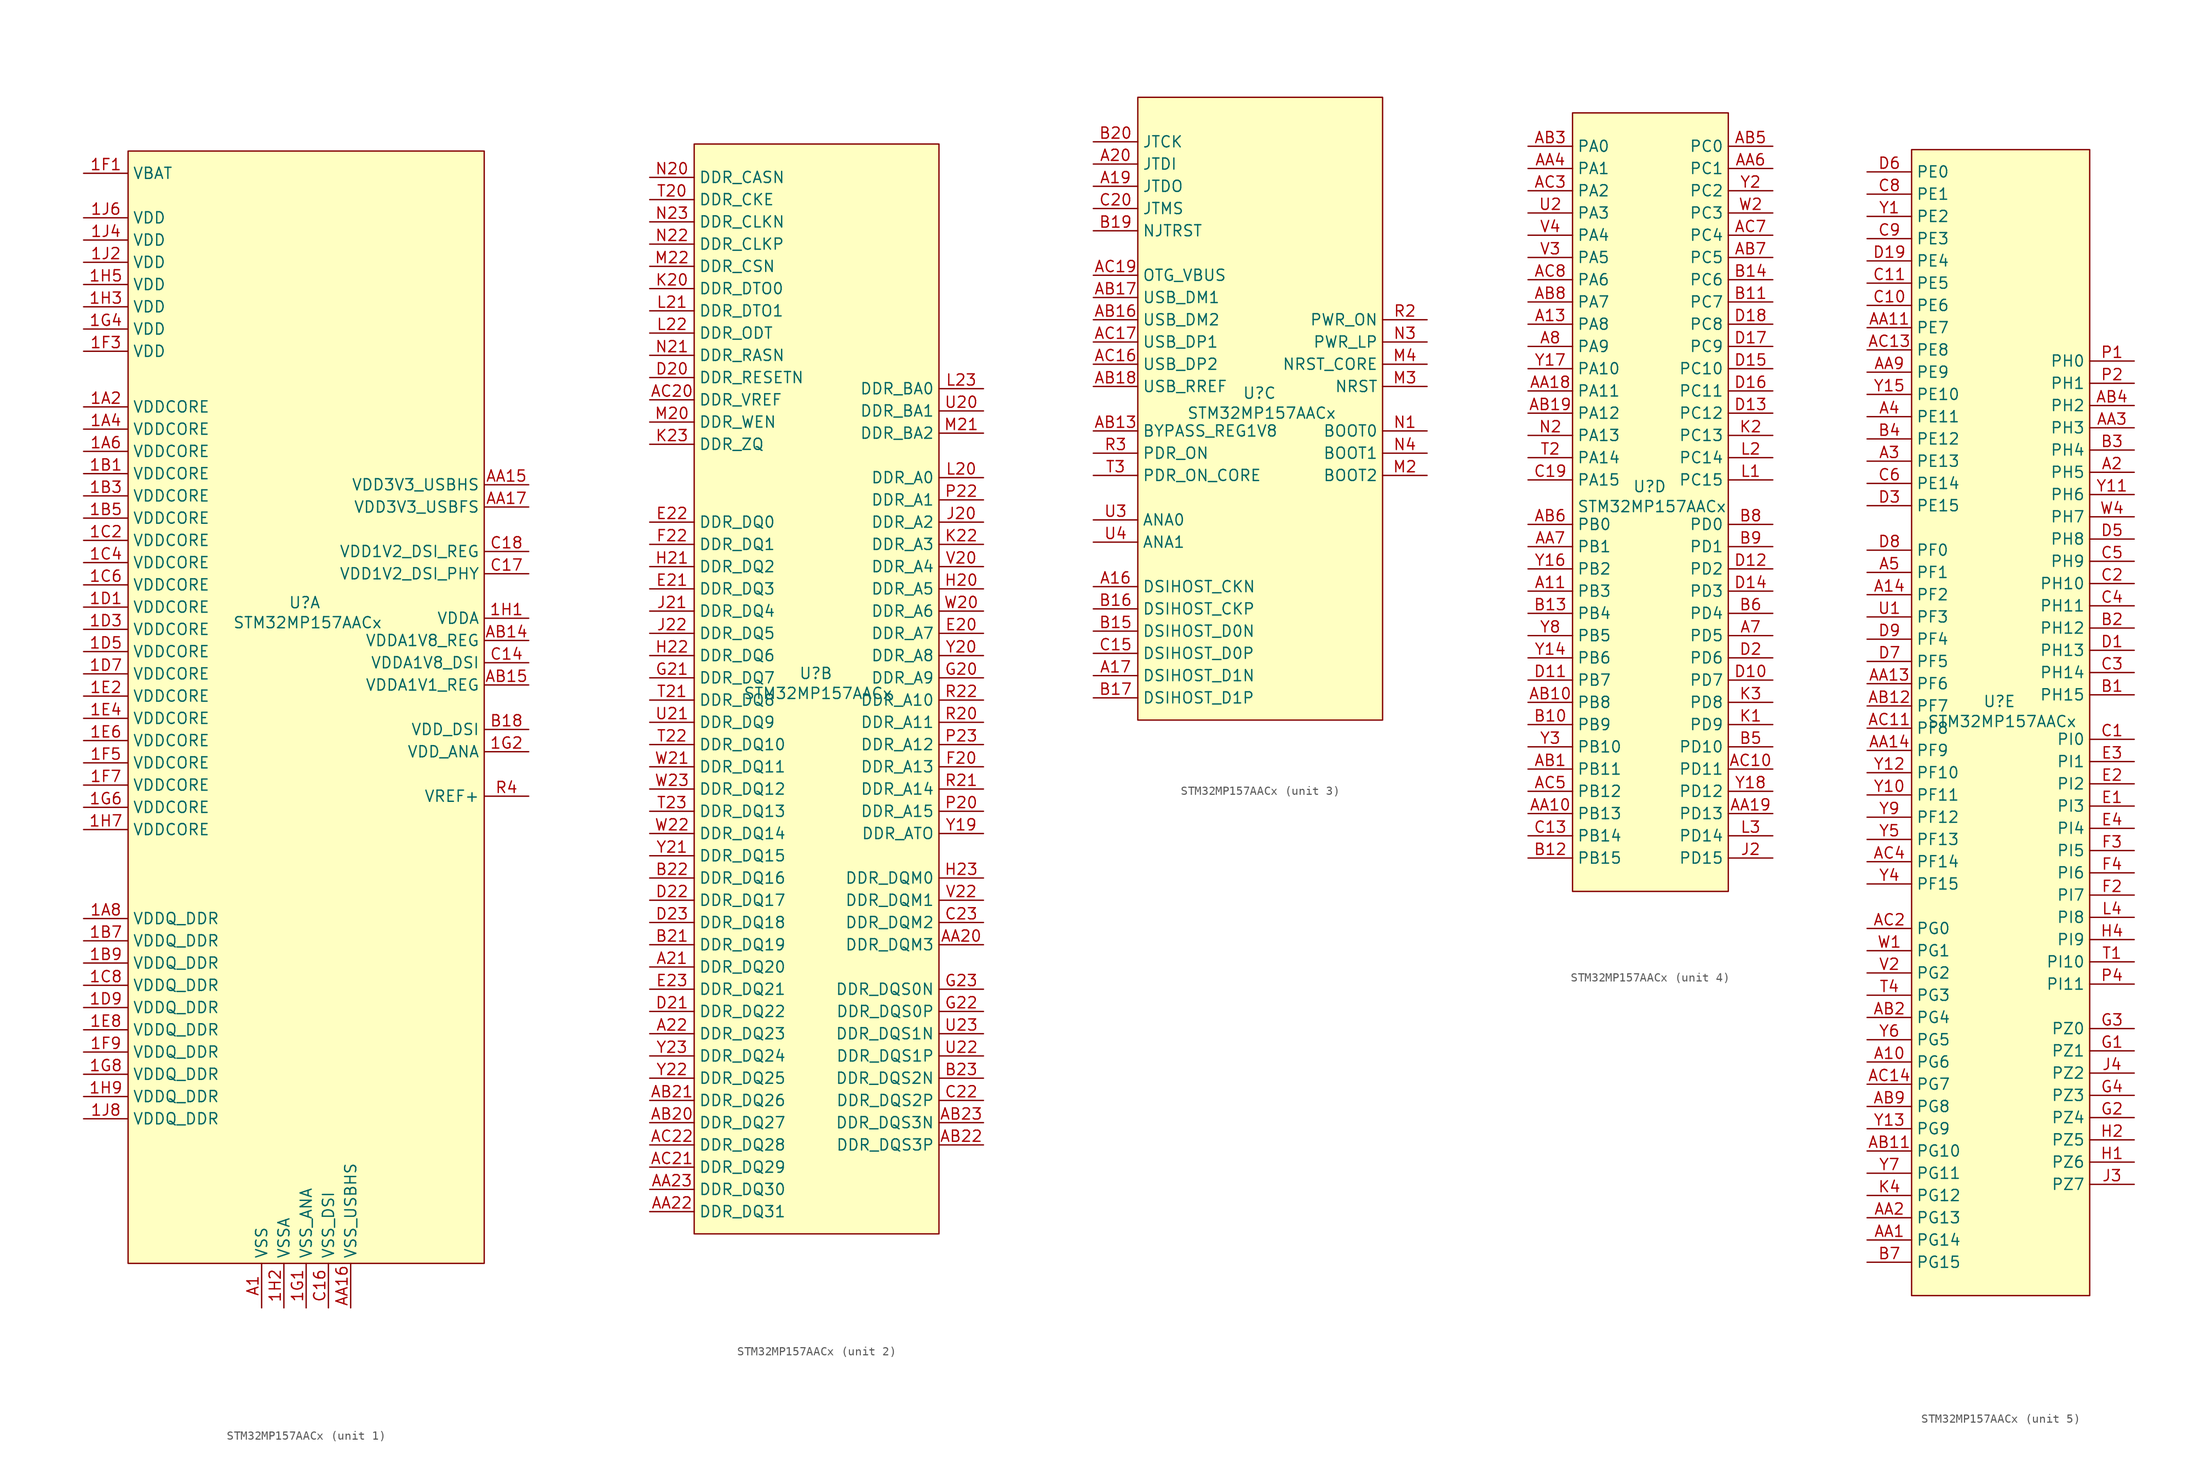
<source format=kicad_sym>
(kicad_symbol_lib
  (version 20231120)
  (generator "kicad_symbol_editor")
  (generator_version "8.0")
  (symbol "STM32MP157AACx"
    (property "Reference" "U"
      (at -2.032 1.778 0)
      (effects (font (size 1.27 1.27)) (justify left)))
    (property "Value" "STM32MP157AACx"
      (at -8.382 -0.508 0)
      (effects (font (size 1.27 1.27)) (justify left)))
    (property "ki_locked" ""
      (at 0 0 0)
      (effects (font (size 1.27 1.27))))
    (symbol "STM32MP157AACx_1_1"
      (rectangle (start -20.32 53.34) (end 20.32 -73.66) (stroke (width 0) (type default)) (fill (type background)))
      (pin power_in line (at -25.4 24.13 0) (length 5.08) (name "VDDCORE" (effects (font (size 1.27 1.27)))) (number "1A2" (effects (font (size 1.27 1.27)))))
      (pin passive line (at -5.08 -78.74 90) (length 5.08) hide (name "VSS" (effects (font (size 1.27 1.27)))) (number "1A3" (effects (font (size 1.27 1.27)))))
      (pin power_in line (at -25.4 21.59 0) (length 5.08) (name "VDDCORE" (effects (font (size 1.27 1.27)))) (number "1A4" (effects (font (size 1.27 1.27)))))
      (pin passive line (at -5.08 -78.74 90) (length 5.08) hide (name "VSS" (effects (font (size 1.27 1.27)))) (number "1A5" (effects (font (size 1.27 1.27)))))
      (pin power_in line (at -25.4 19.05 0) (length 5.08) (name "VDDCORE" (effects (font (size 1.27 1.27)))) (number "1A6" (effects (font (size 1.27 1.27)))))
      (pin passive line (at -5.08 -78.74 90) (length 5.08) hide (name "VSS" (effects (font (size 1.27 1.27)))) (number "1A7" (effects (font (size 1.27 1.27)))))
      (pin power_in line (at -25.4 -34.29 0) (length 5.08) (name "VDDQ_DDR" (effects (font (size 1.27 1.27)))) (number "1A8" (effects (font (size 1.27 1.27)))))
      (pin power_in line (at -25.4 16.51 0) (length 5.08) (name "VDDCORE" (effects (font (size 1.27 1.27)))) (number "1B1" (effects (font (size 1.27 1.27)))))
      (pin passive line (at -5.08 -78.74 90) (length 5.08) hide (name "VSS" (effects (font (size 1.27 1.27)))) (number "1B2" (effects (font (size 1.27 1.27)))))
      (pin power_in line (at -25.4 13.97 0) (length 5.08) (name "VDDCORE" (effects (font (size 1.27 1.27)))) (number "1B3" (effects (font (size 1.27 1.27)))))
      (pin passive line (at -5.08 -78.74 90) (length 5.08) hide (name "VSS" (effects (font (size 1.27 1.27)))) (number "1B4" (effects (font (size 1.27 1.27)))))
      (pin power_in line (at -25.4 11.43 0) (length 5.08) (name "VDDCORE" (effects (font (size 1.27 1.27)))) (number "1B5" (effects (font (size 1.27 1.27)))))
      (pin passive line (at -5.08 -78.74 90) (length 5.08) hide (name "VSS" (effects (font (size 1.27 1.27)))) (number "1B6" (effects (font (size 1.27 1.27)))))
      (pin power_in line (at -25.4 -36.83 0) (length 5.08) (name "VDDQ_DDR" (effects (font (size 1.27 1.27)))) (number "1B7" (effects (font (size 1.27 1.27)))))
      (pin passive line (at -5.08 -78.74 90) (length 5.08) hide (name "VSS" (effects (font (size 1.27 1.27)))) (number "1B8" (effects (font (size 1.27 1.27)))))
      (pin power_in line (at -25.4 -39.37 0) (length 5.08) (name "VDDQ_DDR" (effects (font (size 1.27 1.27)))) (number "1B9" (effects (font (size 1.27 1.27)))))
      (pin passive line (at -5.08 -78.74 90) (length 5.08) hide (name "VSS" (effects (font (size 1.27 1.27)))) (number "1C1" (effects (font (size 1.27 1.27)))))
      (pin power_in line (at -25.4 8.89 0) (length 5.08) (name "VDDCORE" (effects (font (size 1.27 1.27)))) (number "1C2" (effects (font (size 1.27 1.27)))))
      (pin passive line (at -5.08 -78.74 90) (length 5.08) hide (name "VSS" (effects (font (size 1.27 1.27)))) (number "1C3" (effects (font (size 1.27 1.27)))))
      (pin power_in line (at -25.4 6.35 0) (length 5.08) (name "VDDCORE" (effects (font (size 1.27 1.27)))) (number "1C4" (effects (font (size 1.27 1.27)))))
      (pin passive line (at -5.08 -78.74 90) (length 5.08) hide (name "VSS" (effects (font (size 1.27 1.27)))) (number "1C5" (effects (font (size 1.27 1.27)))))
      (pin power_in line (at -25.4 3.81 0) (length 5.08) (name "VDDCORE" (effects (font (size 1.27 1.27)))) (number "1C6" (effects (font (size 1.27 1.27)))))
      (pin passive line (at -5.08 -78.74 90) (length 5.08) hide (name "VSS" (effects (font (size 1.27 1.27)))) (number "1C7" (effects (font (size 1.27 1.27)))))
      (pin power_in line (at -25.4 -41.91 0) (length 5.08) (name "VDDQ_DDR" (effects (font (size 1.27 1.27)))) (number "1C8" (effects (font (size 1.27 1.27)))))
      (pin passive line (at -5.08 -78.74 90) (length 5.08) hide (name "VSS" (effects (font (size 1.27 1.27)))) (number "1C9" (effects (font (size 1.27 1.27)))))
      (pin power_in line (at -25.4 1.27 0) (length 5.08) (name "VDDCORE" (effects (font (size 1.27 1.27)))) (number "1D1" (effects (font (size 1.27 1.27)))))
      (pin passive line (at -5.08 -78.74 90) (length 5.08) hide (name "VSS" (effects (font (size 1.27 1.27)))) (number "1D2" (effects (font (size 1.27 1.27)))))
      (pin power_in line (at -25.4 -1.27 0) (length 5.08) (name "VDDCORE" (effects (font (size 1.27 1.27)))) (number "1D3" (effects (font (size 1.27 1.27)))))
      (pin passive line (at -5.08 -78.74 90) (length 5.08) hide (name "VSS" (effects (font (size 1.27 1.27)))) (number "1D4" (effects (font (size 1.27 1.27)))))
      (pin power_in line (at -25.4 -3.81 0) (length 5.08) (name "VDDCORE" (effects (font (size 1.27 1.27)))) (number "1D5" (effects (font (size 1.27 1.27)))))
      (pin passive line (at -5.08 -78.74 90) (length 5.08) hide (name "VSS" (effects (font (size 1.27 1.27)))) (number "1D6" (effects (font (size 1.27 1.27)))))
      (pin power_in line (at -25.4 -6.35 0) (length 5.08) (name "VDDCORE" (effects (font (size 1.27 1.27)))) (number "1D7" (effects (font (size 1.27 1.27)))))
      (pin passive line (at -5.08 -78.74 90) (length 5.08) hide (name "VSS" (effects (font (size 1.27 1.27)))) (number "1D8" (effects (font (size 1.27 1.27)))))
      (pin power_in line (at -25.4 -44.45 0) (length 5.08) (name "VDDQ_DDR" (effects (font (size 1.27 1.27)))) (number "1D9" (effects (font (size 1.27 1.27)))))
      (pin passive line (at -5.08 -78.74 90) (length 5.08) hide (name "VSS" (effects (font (size 1.27 1.27)))) (number "1E1" (effects (font (size 1.27 1.27)))))
      (pin power_in line (at -25.4 -8.89 0) (length 5.08) (name "VDDCORE" (effects (font (size 1.27 1.27)))) (number "1E2" (effects (font (size 1.27 1.27)))))
      (pin passive line (at -5.08 -78.74 90) (length 5.08) hide (name "VSS" (effects (font (size 1.27 1.27)))) (number "1E3" (effects (font (size 1.27 1.27)))))
      (pin power_in line (at -25.4 -11.43 0) (length 5.08) (name "VDDCORE" (effects (font (size 1.27 1.27)))) (number "1E4" (effects (font (size 1.27 1.27)))))
      (pin passive line (at -5.08 -78.74 90) (length 5.08) hide (name "VSS" (effects (font (size 1.27 1.27)))) (number "1E5" (effects (font (size 1.27 1.27)))))
      (pin power_in line (at -25.4 -13.97 0) (length 5.08) (name "VDDCORE" (effects (font (size 1.27 1.27)))) (number "1E6" (effects (font (size 1.27 1.27)))))
      (pin passive line (at -5.08 -78.74 90) (length 5.08) hide (name "VSS" (effects (font (size 1.27 1.27)))) (number "1E7" (effects (font (size 1.27 1.27)))))
      (pin power_in line (at -25.4 -46.99 0) (length 5.08) (name "VDDQ_DDR" (effects (font (size 1.27 1.27)))) (number "1E8" (effects (font (size 1.27 1.27)))))
      (pin passive line (at -5.08 -78.74 90) (length 5.08) hide (name "VSS" (effects (font (size 1.27 1.27)))) (number "1E9" (effects (font (size 1.27 1.27)))))
      (pin power_in line (at -25.4 50.8 0) (length 5.08) (name "VBAT" (effects (font (size 1.27 1.27)))) (number "1F1" (effects (font (size 1.27 1.27)))))
      (pin passive line (at -5.08 -78.74 90) (length 5.08) hide (name "VSS" (effects (font (size 1.27 1.27)))) (number "1F2" (effects (font (size 1.27 1.27)))))
      (pin power_in line (at -25.4 30.48 0) (length 5.08) (name "VDD" (effects (font (size 1.27 1.27)))) (number "1F3" (effects (font (size 1.27 1.27)))))
      (pin passive line (at -5.08 -78.74 90) (length 5.08) hide (name "VSS" (effects (font (size 1.27 1.27)))) (number "1F4" (effects (font (size 1.27 1.27)))))
      (pin power_in line (at -25.4 -16.51 0) (length 5.08) (name "VDDCORE" (effects (font (size 1.27 1.27)))) (number "1F5" (effects (font (size 1.27 1.27)))))
      (pin passive line (at -5.08 -78.74 90) (length 5.08) hide (name "VSS" (effects (font (size 1.27 1.27)))) (number "1F6" (effects (font (size 1.27 1.27)))))
      (pin power_in line (at -25.4 -19.05 0) (length 5.08) (name "VDDCORE" (effects (font (size 1.27 1.27)))) (number "1F7" (effects (font (size 1.27 1.27)))))
      (pin passive line (at -5.08 -78.74 90) (length 5.08) hide (name "VSS" (effects (font (size 1.27 1.27)))) (number "1F8" (effects (font (size 1.27 1.27)))))
      (pin power_in line (at -25.4 -49.53 0) (length 5.08) (name "VDDQ_DDR" (effects (font (size 1.27 1.27)))) (number "1F9" (effects (font (size 1.27 1.27)))))
      (pin power_in line (at 0 -78.74 90) (length 5.08) (name "VSS_ANA" (effects (font (size 1.27 1.27)))) (number "1G1" (effects (font (size 1.27 1.27)))))
      (pin power_in line (at 25.4 -15.24 180) (length 5.08) (name "VDD_ANA" (effects (font (size 1.27 1.27)))) (number "1G2" (effects (font (size 1.27 1.27)))))
      (pin passive line (at -5.08 -78.74 90) (length 5.08) hide (name "VSS" (effects (font (size 1.27 1.27)))) (number "1G3" (effects (font (size 1.27 1.27)))))
      (pin power_in line (at -25.4 33.02 0) (length 5.08) (name "VDD" (effects (font (size 1.27 1.27)))) (number "1G4" (effects (font (size 1.27 1.27)))))
      (pin passive line (at -5.08 -78.74 90) (length 5.08) hide (name "VSS" (effects (font (size 1.27 1.27)))) (number "1G5" (effects (font (size 1.27 1.27)))))
      (pin power_in line (at -25.4 -21.59 0) (length 5.08) (name "VDDCORE" (effects (font (size 1.27 1.27)))) (number "1G6" (effects (font (size 1.27 1.27)))))
      (pin passive line (at -5.08 -78.74 90) (length 5.08) hide (name "VSS" (effects (font (size 1.27 1.27)))) (number "1G7" (effects (font (size 1.27 1.27)))))
      (pin power_in line (at -25.4 -52.07 0) (length 5.08) (name "VDDQ_DDR" (effects (font (size 1.27 1.27)))) (number "1G8" (effects (font (size 1.27 1.27)))))
      (pin passive line (at -5.08 -78.74 90) (length 5.08) hide (name "VSS" (effects (font (size 1.27 1.27)))) (number "1G9" (effects (font (size 1.27 1.27)))))
      (pin power_in line (at 25.4 0 180) (length 5.08) (name "VDDA" (effects (font (size 1.27 1.27)))) (number "1H1" (effects (font (size 1.27 1.27)))))
      (pin power_in line (at -2.54 -78.74 90) (length 5.08) (name "VSSA" (effects (font (size 1.27 1.27)))) (number "1H2" (effects (font (size 1.27 1.27)))))
      (pin power_in line (at -25.4 35.56 0) (length 5.08) (name "VDD" (effects (font (size 1.27 1.27)))) (number "1H3" (effects (font (size 1.27 1.27)))))
      (pin passive line (at -5.08 -78.74 90) (length 5.08) hide (name "VSS" (effects (font (size 1.27 1.27)))) (number "1H4" (effects (font (size 1.27 1.27)))))
      (pin power_in line (at -25.4 38.1 0) (length 5.08) (name "VDD" (effects (font (size 1.27 1.27)))) (number "1H5" (effects (font (size 1.27 1.27)))))
      (pin passive line (at -5.08 -78.74 90) (length 5.08) hide (name "VSS" (effects (font (size 1.27 1.27)))) (number "1H6" (effects (font (size 1.27 1.27)))))
      (pin power_in line (at -25.4 -24.13 0) (length 5.08) (name "VDDCORE" (effects (font (size 1.27 1.27)))) (number "1H7" (effects (font (size 1.27 1.27)))))
      (pin passive line (at -5.08 -78.74 90) (length 5.08) hide (name "VSS" (effects (font (size 1.27 1.27)))) (number "1H8" (effects (font (size 1.27 1.27)))))
      (pin power_in line (at -25.4 -54.61 0) (length 5.08) (name "VDDQ_DDR" (effects (font (size 1.27 1.27)))) (number "1H9" (effects (font (size 1.27 1.27)))))
      (pin power_in line (at -25.4 40.64 0) (length 5.08) (name "VDD" (effects (font (size 1.27 1.27)))) (number "1J2" (effects (font (size 1.27 1.27)))))
      (pin passive line (at -5.08 -78.74 90) (length 5.08) hide (name "VSS" (effects (font (size 1.27 1.27)))) (number "1J3" (effects (font (size 1.27 1.27)))))
      (pin power_in line (at -25.4 43.18 0) (length 5.08) (name "VDD" (effects (font (size 1.27 1.27)))) (number "1J4" (effects (font (size 1.27 1.27)))))
      (pin passive line (at -5.08 -78.74 90) (length 5.08) hide (name "VSS" (effects (font (size 1.27 1.27)))) (number "1J5" (effects (font (size 1.27 1.27)))))
      (pin power_in line (at -25.4 45.72 0) (length 5.08) (name "VDD" (effects (font (size 1.27 1.27)))) (number "1J6" (effects (font (size 1.27 1.27)))))
      (pin passive line (at -5.08 -78.74 90) (length 5.08) hide (name "VSS" (effects (font (size 1.27 1.27)))) (number "1J7" (effects (font (size 1.27 1.27)))))
      (pin power_in line (at -25.4 -57.15 0) (length 5.08) (name "VDDQ_DDR" (effects (font (size 1.27 1.27)))) (number "1J8" (effects (font (size 1.27 1.27)))))
      (pin power_in line (at -5.08 -78.74 90) (length 5.08) (name "VSS" (effects (font (size 1.27 1.27)))) (number "A1" (effects (font (size 1.27 1.27)))))
      (pin passive line (at -5.08 -78.74 90) (length 5.08) hide (name "VSS" (effects (font (size 1.27 1.27)))) (number "A23" (effects (font (size 1.27 1.27)))))
      (pin passive line (at -5.08 -78.74 90) (length 5.08) hide (name "VSS" (effects (font (size 1.27 1.27)))) (number "AA12" (effects (font (size 1.27 1.27)))))
      (pin power_in line (at 25.4 15.24 180) (length 5.08) (name "VDD3V3_USBHS" (effects (font (size 1.27 1.27)))) (number "AA15" (effects (font (size 1.27 1.27)))))
      (pin power_in line (at 5.08 -78.74 90) (length 5.08) (name "VSS_USBHS" (effects (font (size 1.27 1.27)))) (number "AA16" (effects (font (size 1.27 1.27)))))
      (pin power_in line (at 25.4 12.7 180) (length 5.08) (name "VDD3V3_USBFS" (effects (font (size 1.27 1.27)))) (number "AA17" (effects (font (size 1.27 1.27)))))
      (pin passive line (at -5.08 -78.74 90) (length 5.08) hide (name "VSS" (effects (font (size 1.27 1.27)))) (number "AA21" (effects (font (size 1.27 1.27)))))
      (pin passive line (at -5.08 -78.74 90) (length 5.08) hide (name "VSS" (effects (font (size 1.27 1.27)))) (number "AA5" (effects (font (size 1.27 1.27)))))
      (pin passive line (at -5.08 -78.74 90) (length 5.08) hide (name "VSS" (effects (font (size 1.27 1.27)))) (number "AA8" (effects (font (size 1.27 1.27)))))
      (pin power_in line (at 25.4 -2.54 180) (length 5.08) (name "VDDA1V8_REG" (effects (font (size 1.27 1.27)))) (number "AB14" (effects (font (size 1.27 1.27)))))
      (pin power_in line (at 25.4 -7.62 180) (length 5.08) (name "VDDA1V1_REG" (effects (font (size 1.27 1.27)))) (number "AB15" (effects (font (size 1.27 1.27)))))
      (pin passive line (at -5.08 -78.74 90) (length 5.08) hide (name "VSS" (effects (font (size 1.27 1.27)))) (number "AC1" (effects (font (size 1.27 1.27)))))
      (pin passive line (at -5.08 -78.74 90) (length 5.08) hide (name "VSS" (effects (font (size 1.27 1.27)))) (number "AC23" (effects (font (size 1.27 1.27)))))
      (pin power_in line (at 25.4 -12.7 180) (length 5.08) (name "VDD_DSI" (effects (font (size 1.27 1.27)))) (number "B18" (effects (font (size 1.27 1.27)))))
      (pin passive line (at -5.08 -78.74 90) (length 5.08) hide (name "VSS" (effects (font (size 1.27 1.27)))) (number "C12" (effects (font (size 1.27 1.27)))))
      (pin power_in line (at 25.4 -5.08 180) (length 5.08) (name "VDDA1V8_DSI" (effects (font (size 1.27 1.27)))) (number "C14" (effects (font (size 1.27 1.27)))))
      (pin power_in line (at 2.54 -78.74 90) (length 5.08) (name "VSS_DSI" (effects (font (size 1.27 1.27)))) (number "C16" (effects (font (size 1.27 1.27)))))
      (pin power_in line (at 25.4 5.08 180) (length 5.08) (name "VDD1V2_DSI_PHY" (effects (font (size 1.27 1.27)))) (number "C17" (effects (font (size 1.27 1.27)))))
      (pin power_in line (at 25.4 7.62 180) (length 5.08) (name "VDD1V2_DSI_REG" (effects (font (size 1.27 1.27)))) (number "C18" (effects (font (size 1.27 1.27)))))
      (pin passive line (at -5.08 -78.74 90) (length 5.08) hide (name "VSS" (effects (font (size 1.27 1.27)))) (number "C21" (effects (font (size 1.27 1.27)))))
      (pin passive line (at -5.08 -78.74 90) (length 5.08) hide (name "VSS" (effects (font (size 1.27 1.27)))) (number "C7" (effects (font (size 1.27 1.27)))))
      (pin passive line (at -5.08 -78.74 90) (length 5.08) hide (name "VSS" (effects (font (size 1.27 1.27)))) (number "D4" (effects (font (size 1.27 1.27)))))
      (pin passive line (at -5.08 -78.74 90) (length 5.08) hide (name "VSS" (effects (font (size 1.27 1.27)))) (number "F21" (effects (font (size 1.27 1.27)))))
      (pin passive line (at -5.08 -78.74 90) (length 5.08) hide (name "VSS" (effects (font (size 1.27 1.27)))) (number "H3" (effects (font (size 1.27 1.27)))))
      (pin passive line (at -5.08 -78.74 90) (length 5.08) hide (name "VSS" (effects (font (size 1.27 1.27)))) (number "K21" (effects (font (size 1.27 1.27)))))
      (pin passive line (at -5.08 -78.74 90) (length 5.08) hide (name "VSS" (effects (font (size 1.27 1.27)))) (number "P21" (effects (font (size 1.27 1.27)))))
      (pin passive line (at -5.08 -78.74 90) (length 5.08) hide (name "VSS" (effects (font (size 1.27 1.27)))) (number "P3" (effects (font (size 1.27 1.27)))))
      (pin input line (at 25.4 -20.32 180) (length 5.08) (name "VREF+" (effects (font (size 1.27 1.27)))) (number "R4" (effects (font (size 1.27 1.27)))))
      (pin passive line (at -5.08 -78.74 90) (length 5.08) hide (name "VSS" (effects (font (size 1.27 1.27)))) (number "V21" (effects (font (size 1.27 1.27)))))
      (pin passive line (at -5.08 -78.74 90) (length 5.08) hide (name "VSS" (effects (font (size 1.27 1.27)))) (number "W3" (effects (font (size 1.27 1.27))))))
    (symbol "STM32MP157AACx_2_1"
      (rectangle (start -13.97 62.23) (end 13.97 -62.23) (stroke (width 0) (type default)) (fill (type background)))
      (pin bidirectional line (at -19.05 -31.75 0) (length 5.08) (name "DDR_DQ20" (effects (font (size 1.27 1.27)))) (number "A21" (effects (font (size 1.27 1.27)))) (alternate "DDR_DQ20" bidirectional line))
      (pin bidirectional line (at -19.05 -39.37 0) (length 5.08) (name "DDR_DQ23" (effects (font (size 1.27 1.27)))) (number "A22" (effects (font (size 1.27 1.27)))) (alternate "DDR_DQ23" bidirectional line))
      (pin bidirectional line (at 19.05 -29.21 180) (length 5.08) (name "DDR_DQM3" (effects (font (size 1.27 1.27)))) (number "AA20" (effects (font (size 1.27 1.27)))) (alternate "DDR_DQM3" bidirectional line))
      (pin bidirectional line (at -19.05 -59.69 0) (length 5.08) (name "DDR_DQ31" (effects (font (size 1.27 1.27)))) (number "AA22" (effects (font (size 1.27 1.27)))) (alternate "DDR_DQ31" bidirectional line))
      (pin bidirectional line (at -19.05 -57.15 0) (length 5.08) (name "DDR_DQ30" (effects (font (size 1.27 1.27)))) (number "AA23" (effects (font (size 1.27 1.27)))) (alternate "DDR_DQ30" bidirectional line))
      (pin bidirectional line (at -19.05 -49.53 0) (length 5.08) (name "DDR_DQ27" (effects (font (size 1.27 1.27)))) (number "AB20" (effects (font (size 1.27 1.27)))) (alternate "DDR_DQ27" bidirectional line))
      (pin bidirectional line (at -19.05 -46.99 0) (length 5.08) (name "DDR_DQ26" (effects (font (size 1.27 1.27)))) (number "AB21" (effects (font (size 1.27 1.27)))) (alternate "DDR_DQ26" bidirectional line))
      (pin bidirectional line (at 19.05 -52.07 180) (length 5.08) (name "DDR_DQS3P" (effects (font (size 1.27 1.27)))) (number "AB22" (effects (font (size 1.27 1.27)))) (alternate "DDR_DQS3P" bidirectional line))
      (pin bidirectional line (at 19.05 -49.53 180) (length 5.08) (name "DDR_DQS3N" (effects (font (size 1.27 1.27)))) (number "AB23" (effects (font (size 1.27 1.27)))) (alternate "DDR_DQS3N" bidirectional line))
      (pin bidirectional line (at -19.05 33.02 0) (length 5.08) (name "DDR_VREF" (effects (font (size 1.27 1.27)))) (number "AC20" (effects (font (size 1.27 1.27)))) (alternate "DDR_VREF" bidirectional line))
      (pin bidirectional line (at -19.05 -54.61 0) (length 5.08) (name "DDR_DQ29" (effects (font (size 1.27 1.27)))) (number "AC21" (effects (font (size 1.27 1.27)))) (alternate "DDR_DQ29" bidirectional line))
      (pin bidirectional line (at -19.05 -52.07 0) (length 5.08) (name "DDR_DQ28" (effects (font (size 1.27 1.27)))) (number "AC22" (effects (font (size 1.27 1.27)))) (alternate "DDR_DQ28" bidirectional line))
      (pin bidirectional line (at -19.05 -29.21 0) (length 5.08) (name "DDR_DQ19" (effects (font (size 1.27 1.27)))) (number "B21" (effects (font (size 1.27 1.27)))) (alternate "DDR_DQ19" bidirectional line))
      (pin bidirectional line (at -19.05 -21.59 0) (length 5.08) (name "DDR_DQ16" (effects (font (size 1.27 1.27)))) (number "B22" (effects (font (size 1.27 1.27)))) (alternate "DDR_DQ16" bidirectional line))
      (pin bidirectional line (at 19.05 -44.45 180) (length 5.08) (name "DDR_DQS2N" (effects (font (size 1.27 1.27)))) (number "B23" (effects (font (size 1.27 1.27)))) (alternate "DDR_DQS2N" bidirectional line))
      (pin bidirectional line (at 19.05 -46.99 180) (length 5.08) (name "DDR_DQS2P" (effects (font (size 1.27 1.27)))) (number "C22" (effects (font (size 1.27 1.27)))) (alternate "DDR_DQS2P" bidirectional line))
      (pin bidirectional line (at 19.05 -26.67 180) (length 5.08) (name "DDR_DQM2" (effects (font (size 1.27 1.27)))) (number "C23" (effects (font (size 1.27 1.27)))) (alternate "DDR_DQM2" bidirectional line))
      (pin bidirectional line (at -19.05 35.56 0) (length 5.08) (name "DDR_RESETN" (effects (font (size 1.27 1.27)))) (number "D20" (effects (font (size 1.27 1.27)))) (alternate "DDR_RESETN" bidirectional line))
      (pin bidirectional line (at -19.05 -36.83 0) (length 5.08) (name "DDR_DQ22" (effects (font (size 1.27 1.27)))) (number "D21" (effects (font (size 1.27 1.27)))) (alternate "DDR_DQ22" bidirectional line))
      (pin bidirectional line (at -19.05 -24.13 0) (length 5.08) (name "DDR_DQ17" (effects (font (size 1.27 1.27)))) (number "D22" (effects (font (size 1.27 1.27)))) (alternate "DDR_DQ17" bidirectional line))
      (pin bidirectional line (at -19.05 -26.67 0) (length 5.08) (name "DDR_DQ18" (effects (font (size 1.27 1.27)))) (number "D23" (effects (font (size 1.27 1.27)))) (alternate "DDR_DQ18" bidirectional line))
      (pin bidirectional line (at 19.05 6.35 180) (length 5.08) (name "DDR_A7" (effects (font (size 1.27 1.27)))) (number "E20" (effects (font (size 1.27 1.27)))) (alternate "DDR_A7" bidirectional line))
      (pin bidirectional line (at -19.05 11.43 0) (length 5.08) (name "DDR_DQ3" (effects (font (size 1.27 1.27)))) (number "E21" (effects (font (size 1.27 1.27)))) (alternate "DDR_DQ3" bidirectional line))
      (pin bidirectional line (at -19.05 19.05 0) (length 5.08) (name "DDR_DQ0" (effects (font (size 1.27 1.27)))) (number "E22" (effects (font (size 1.27 1.27)))) (alternate "DDR_DQ0" bidirectional line))
      (pin bidirectional line (at -19.05 -34.29 0) (length 5.08) (name "DDR_DQ21" (effects (font (size 1.27 1.27)))) (number "E23" (effects (font (size 1.27 1.27)))) (alternate "DDR_DQ21" bidirectional line))
      (pin bidirectional line (at 19.05 -8.89 180) (length 5.08) (name "DDR_A13" (effects (font (size 1.27 1.27)))) (number "F20" (effects (font (size 1.27 1.27)))) (alternate "DDR_A13" bidirectional line))
      (pin bidirectional line (at -19.05 16.51 0) (length 5.08) (name "DDR_DQ1" (effects (font (size 1.27 1.27)))) (number "F22" (effects (font (size 1.27 1.27)))) (alternate "DDR_DQ1" bidirectional line))
      (pin bidirectional line (at 19.05 1.27 180) (length 5.08) (name "DDR_A9" (effects (font (size 1.27 1.27)))) (number "G20" (effects (font (size 1.27 1.27)))) (alternate "DDR_A9" bidirectional line))
      (pin bidirectional line (at -19.05 1.27 0) (length 5.08) (name "DDR_DQ7" (effects (font (size 1.27 1.27)))) (number "G21" (effects (font (size 1.27 1.27)))) (alternate "DDR_DQ7" bidirectional line))
      (pin bidirectional line (at 19.05 -36.83 180) (length 5.08) (name "DDR_DQS0P" (effects (font (size 1.27 1.27)))) (number "G22" (effects (font (size 1.27 1.27)))) (alternate "DDR_DQS0P" bidirectional line))
      (pin bidirectional line (at 19.05 -34.29 180) (length 5.08) (name "DDR_DQS0N" (effects (font (size 1.27 1.27)))) (number "G23" (effects (font (size 1.27 1.27)))) (alternate "DDR_DQS0N" bidirectional line))
      (pin bidirectional line (at 19.05 11.43 180) (length 5.08) (name "DDR_A5" (effects (font (size 1.27 1.27)))) (number "H20" (effects (font (size 1.27 1.27)))) (alternate "DDR_A5" bidirectional line))
      (pin bidirectional line (at -19.05 13.97 0) (length 5.08) (name "DDR_DQ2" (effects (font (size 1.27 1.27)))) (number "H21" (effects (font (size 1.27 1.27)))) (alternate "DDR_DQ2" bidirectional line))
      (pin bidirectional line (at -19.05 3.81 0) (length 5.08) (name "DDR_DQ6" (effects (font (size 1.27 1.27)))) (number "H22" (effects (font (size 1.27 1.27)))) (alternate "DDR_DQ6" bidirectional line))
      (pin bidirectional line (at 19.05 -21.59 180) (length 5.08) (name "DDR_DQM0" (effects (font (size 1.27 1.27)))) (number "H23" (effects (font (size 1.27 1.27)))) (alternate "DDR_DQM0" bidirectional line))
      (pin bidirectional line (at 19.05 19.05 180) (length 5.08) (name "DDR_A2" (effects (font (size 1.27 1.27)))) (number "J20" (effects (font (size 1.27 1.27)))) (alternate "DDR_A2" bidirectional line))
      (pin bidirectional line (at -19.05 8.89 0) (length 5.08) (name "DDR_DQ4" (effects (font (size 1.27 1.27)))) (number "J21" (effects (font (size 1.27 1.27)))) (alternate "DDR_DQ4" bidirectional line))
      (pin bidirectional line (at -19.05 6.35 0) (length 5.08) (name "DDR_DQ5" (effects (font (size 1.27 1.27)))) (number "J22" (effects (font (size 1.27 1.27)))) (alternate "DDR_DQ5" bidirectional line))
      (pin bidirectional line (at -19.05 45.72 0) (length 5.08) (name "DDR_DTO0" (effects (font (size 1.27 1.27)))) (number "K20" (effects (font (size 1.27 1.27)))) (alternate "DDR_DTO0" bidirectional line))
      (pin bidirectional line (at 19.05 16.51 180) (length 5.08) (name "DDR_A3" (effects (font (size 1.27 1.27)))) (number "K22" (effects (font (size 1.27 1.27)))) (alternate "DDR_A3" bidirectional line))
      (pin bidirectional line (at -19.05 27.94 0) (length 5.08) (name "DDR_ZQ" (effects (font (size 1.27 1.27)))) (number "K23" (effects (font (size 1.27 1.27)))) (alternate "DDR_ZQ" bidirectional line))
      (pin bidirectional line (at 19.05 24.13 180) (length 5.08) (name "DDR_A0" (effects (font (size 1.27 1.27)))) (number "L20" (effects (font (size 1.27 1.27)))) (alternate "DDR_A0" bidirectional line))
      (pin bidirectional line (at -19.05 43.18 0) (length 5.08) (name "DDR_DTO1" (effects (font (size 1.27 1.27)))) (number "L21" (effects (font (size 1.27 1.27)))) (alternate "DDR_DTO1" bidirectional line))
      (pin bidirectional line (at -19.05 40.64 0) (length 5.08) (name "DDR_ODT" (effects (font (size 1.27 1.27)))) (number "L22" (effects (font (size 1.27 1.27)))) (alternate "DDR_ODT" bidirectional line))
      (pin bidirectional line (at 19.05 34.29 180) (length 5.08) (name "DDR_BA0" (effects (font (size 1.27 1.27)))) (number "L23" (effects (font (size 1.27 1.27)))) (alternate "DDR_BA0" bidirectional line))
      (pin bidirectional line (at -19.05 30.48 0) (length 5.08) (name "DDR_WEN" (effects (font (size 1.27 1.27)))) (number "M20" (effects (font (size 1.27 1.27)))) (alternate "DDR_WEN" bidirectional line))
      (pin bidirectional line (at 19.05 29.21 180) (length 5.08) (name "DDR_BA2" (effects (font (size 1.27 1.27)))) (number "M21" (effects (font (size 1.27 1.27)))) (alternate "DDR_BA2" bidirectional line))
      (pin bidirectional line (at -19.05 48.26 0) (length 5.08) (name "DDR_CSN" (effects (font (size 1.27 1.27)))) (number "M22" (effects (font (size 1.27 1.27)))) (alternate "DDR_CSN" bidirectional line))
      (pin bidirectional line (at -19.05 58.42 0) (length 5.08) (name "DDR_CASN" (effects (font (size 1.27 1.27)))) (number "N20" (effects (font (size 1.27 1.27)))) (alternate "DDR_CASN" bidirectional line))
      (pin bidirectional line (at -19.05 38.1 0) (length 5.08) (name "DDR_RASN" (effects (font (size 1.27 1.27)))) (number "N21" (effects (font (size 1.27 1.27)))) (alternate "DDR_RASN" bidirectional line))
      (pin bidirectional line (at -19.05 50.8 0) (length 5.08) (name "DDR_CLKP" (effects (font (size 1.27 1.27)))) (number "N22" (effects (font (size 1.27 1.27)))) (alternate "DDR_CLKP" bidirectional line))
      (pin bidirectional line (at -19.05 53.34 0) (length 5.08) (name "DDR_CLKN" (effects (font (size 1.27 1.27)))) (number "N23" (effects (font (size 1.27 1.27)))) (alternate "DDR_CLKN" bidirectional line))
      (pin bidirectional line (at 19.05 -13.97 180) (length 5.08) (name "DDR_A15" (effects (font (size 1.27 1.27)))) (number "P20" (effects (font (size 1.27 1.27)))) (alternate "DDR_A15" bidirectional line))
      (pin bidirectional line (at 19.05 21.59 180) (length 5.08) (name "DDR_A1" (effects (font (size 1.27 1.27)))) (number "P22" (effects (font (size 1.27 1.27)))) (alternate "DDR_A1" bidirectional line))
      (pin bidirectional line (at 19.05 -6.35 180) (length 5.08) (name "DDR_A12" (effects (font (size 1.27 1.27)))) (number "P23" (effects (font (size 1.27 1.27)))) (alternate "DDR_A12" bidirectional line))
      (pin bidirectional line (at 19.05 -3.81 180) (length 5.08) (name "DDR_A11" (effects (font (size 1.27 1.27)))) (number "R20" (effects (font (size 1.27 1.27)))) (alternate "DDR_A11" bidirectional line))
      (pin bidirectional line (at 19.05 -11.43 180) (length 5.08) (name "DDR_A14" (effects (font (size 1.27 1.27)))) (number "R21" (effects (font (size 1.27 1.27)))) (alternate "DDR_A14" bidirectional line))
      (pin bidirectional line (at 19.05 -1.27 180) (length 5.08) (name "DDR_A10" (effects (font (size 1.27 1.27)))) (number "R22" (effects (font (size 1.27 1.27)))) (alternate "DDR_A10" bidirectional line))
      (pin bidirectional line (at -19.05 55.88 0) (length 5.08) (name "DDR_CKE" (effects (font (size 1.27 1.27)))) (number "T20" (effects (font (size 1.27 1.27)))) (alternate "DDR_CKE" bidirectional line))
      (pin bidirectional line (at -19.05 -1.27 0) (length 5.08) (name "DDR_DQ8" (effects (font (size 1.27 1.27)))) (number "T21" (effects (font (size 1.27 1.27)))) (alternate "DDR_DQ8" bidirectional line))
      (pin bidirectional line (at -19.05 -6.35 0) (length 5.08) (name "DDR_DQ10" (effects (font (size 1.27 1.27)))) (number "T22" (effects (font (size 1.27 1.27)))) (alternate "DDR_DQ10" bidirectional line))
      (pin bidirectional line (at -19.05 -13.97 0) (length 5.08) (name "DDR_DQ13" (effects (font (size 1.27 1.27)))) (number "T23" (effects (font (size 1.27 1.27)))) (alternate "DDR_DQ13" bidirectional line))
      (pin bidirectional line (at 19.05 31.75 180) (length 5.08) (name "DDR_BA1" (effects (font (size 1.27 1.27)))) (number "U20" (effects (font (size 1.27 1.27)))) (alternate "DDR_BA1" bidirectional line))
      (pin bidirectional line (at -19.05 -3.81 0) (length 5.08) (name "DDR_DQ9" (effects (font (size 1.27 1.27)))) (number "U21" (effects (font (size 1.27 1.27)))) (alternate "DDR_DQ9" bidirectional line))
      (pin bidirectional line (at 19.05 -41.91 180) (length 5.08) (name "DDR_DQS1P" (effects (font (size 1.27 1.27)))) (number "U22" (effects (font (size 1.27 1.27)))) (alternate "DDR_DQS1P" bidirectional line))
      (pin bidirectional line (at 19.05 -39.37 180) (length 5.08) (name "DDR_DQS1N" (effects (font (size 1.27 1.27)))) (number "U23" (effects (font (size 1.27 1.27)))) (alternate "DDR_DQS1N" bidirectional line))
      (pin bidirectional line (at 19.05 13.97 180) (length 5.08) (name "DDR_A4" (effects (font (size 1.27 1.27)))) (number "V20" (effects (font (size 1.27 1.27)))) (alternate "DDR_A4" bidirectional line))
      (pin bidirectional line (at 19.05 -24.13 180) (length 5.08) (name "DDR_DQM1" (effects (font (size 1.27 1.27)))) (number "V22" (effects (font (size 1.27 1.27)))) (alternate "DDR_DQM1" bidirectional line))
      (pin bidirectional line (at 19.05 8.89 180) (length 5.08) (name "DDR_A6" (effects (font (size 1.27 1.27)))) (number "W20" (effects (font (size 1.27 1.27)))) (alternate "DDR_A6" bidirectional line))
      (pin bidirectional line (at -19.05 -8.89 0) (length 5.08) (name "DDR_DQ11" (effects (font (size 1.27 1.27)))) (number "W21" (effects (font (size 1.27 1.27)))) (alternate "DDR_DQ11" bidirectional line))
      (pin bidirectional line (at -19.05 -16.51 0) (length 5.08) (name "DDR_DQ14" (effects (font (size 1.27 1.27)))) (number "W22" (effects (font (size 1.27 1.27)))) (alternate "DDR_DQ14" bidirectional line))
      (pin bidirectional line (at -19.05 -11.43 0) (length 5.08) (name "DDR_DQ12" (effects (font (size 1.27 1.27)))) (number "W23" (effects (font (size 1.27 1.27)))) (alternate "DDR_DQ12" bidirectional line))
      (pin bidirectional line (at 19.05 -16.51 180) (length 5.08) (name "DDR_ATO" (effects (font (size 1.27 1.27)))) (number "Y19" (effects (font (size 1.27 1.27)))) (alternate "DDR_ATO" bidirectional line))
      (pin bidirectional line (at 19.05 3.81 180) (length 5.08) (name "DDR_A8" (effects (font (size 1.27 1.27)))) (number "Y20" (effects (font (size 1.27 1.27)))) (alternate "DDR_A8" bidirectional line))
      (pin bidirectional line (at -19.05 -19.05 0) (length 5.08) (name "DDR_DQ15" (effects (font (size 1.27 1.27)))) (number "Y21" (effects (font (size 1.27 1.27)))) (alternate "DDR_DQ15" bidirectional line))
      (pin bidirectional line (at -19.05 -44.45 0) (length 5.08) (name "DDR_DQ25" (effects (font (size 1.27 1.27)))) (number "Y22" (effects (font (size 1.27 1.27)))) (alternate "DDR_DQ25" bidirectional line))
      (pin bidirectional line (at -19.05 -41.91 0) (length 5.08) (name "DDR_DQ24" (effects (font (size 1.27 1.27)))) (number "Y23" (effects (font (size 1.27 1.27)))) (alternate "DDR_DQ24" bidirectional line)))
    (symbol "STM32MP157AACx_3_1"
      (rectangle (start -13.97 35.56) (end 13.97 -35.56) (stroke (width 0) (type default)) (fill (type background)))
      (pin bidirectional line (at -19.05 -20.32 0) (length 5.08) (name "DSIHOST_CKN" (effects (font (size 1.27 1.27)))) (number "A16" (effects (font (size 1.27 1.27)))) (alternate "DSIHOST_CKN" bidirectional line))
      (pin bidirectional line (at -19.05 -30.48 0) (length 5.08) (name "DSIHOST_D1N" (effects (font (size 1.27 1.27)))) (number "A17" (effects (font (size 1.27 1.27)))) (alternate "DSIHOST_D1N" bidirectional line))
      (pin bidirectional line (at -19.05 25.4 0) (length 5.08) (name "JTDO" (effects (font (size 1.27 1.27)))) (number "A19" (effects (font (size 1.27 1.27)))) (alternate "DEBUG_JTDO-SWO" bidirectional line))
      (pin bidirectional line (at -19.05 27.94 0) (length 5.08) (name "JTDI" (effects (font (size 1.27 1.27)))) (number "A20" (effects (font (size 1.27 1.27)))) (alternate "DEBUG_JTDI" bidirectional line))
      (pin bidirectional line (at -19.05 -2.54 0) (length 5.08) (name "BYPASS_REG1V8" (effects (font (size 1.27 1.27)))) (number "AB13" (effects (font (size 1.27 1.27)))))
      (pin bidirectional line (at -19.05 10.16 0) (length 5.08) (name "USB_DM2" (effects (font (size 1.27 1.27)))) (number "AB16" (effects (font (size 1.27 1.27)))) (alternate "USBH_HS2_DM" bidirectional line) (alternate "USB_OTG_HS_DM" bidirectional line))
      (pin bidirectional line (at -19.05 12.7 0) (length 5.08) (name "USB_DM1" (effects (font (size 1.27 1.27)))) (number "AB17" (effects (font (size 1.27 1.27)))) (alternate "USBH_HS1_DM" bidirectional line))
      (pin bidirectional line (at -19.05 2.54 0) (length 5.08) (name "USB_RREF" (effects (font (size 1.27 1.27)))) (number "AB18" (effects (font (size 1.27 1.27)))))
      (pin bidirectional line (at -19.05 5.08 0) (length 5.08) (name "USB_DP2" (effects (font (size 1.27 1.27)))) (number "AC16" (effects (font (size 1.27 1.27)))) (alternate "USBH_HS2_DP" bidirectional line) (alternate "USB_OTG_HS_DP" bidirectional line))
      (pin bidirectional line (at -19.05 7.62 0) (length 5.08) (name "USB_DP1" (effects (font (size 1.27 1.27)))) (number "AC17" (effects (font (size 1.27 1.27)))) (alternate "USBH_HS1_DP" bidirectional line))
      (pin bidirectional line (at -19.05 15.24 0) (length 5.08) (name "OTG_VBUS" (effects (font (size 1.27 1.27)))) (number "AC19" (effects (font (size 1.27 1.27)))) (alternate "USB_OTG_HS_VBUS" bidirectional line))
      (pin bidirectional line (at -19.05 -25.4 0) (length 5.08) (name "DSIHOST_D0N" (effects (font (size 1.27 1.27)))) (number "B15" (effects (font (size 1.27 1.27)))) (alternate "DSIHOST_D0N" bidirectional line))
      (pin bidirectional line (at -19.05 -22.86 0) (length 5.08) (name "DSIHOST_CKP" (effects (font (size 1.27 1.27)))) (number "B16" (effects (font (size 1.27 1.27)))) (alternate "DSIHOST_CKP" bidirectional line))
      (pin bidirectional line (at -19.05 -33.02 0) (length 5.08) (name "DSIHOST_D1P" (effects (font (size 1.27 1.27)))) (number "B17" (effects (font (size 1.27 1.27)))) (alternate "DSIHOST_D1P" bidirectional line))
      (pin bidirectional line (at -19.05 20.32 0) (length 5.08) (name "NJTRST" (effects (font (size 1.27 1.27)))) (number "B19" (effects (font (size 1.27 1.27)))) (alternate "DEBUG_JTRST" bidirectional line))
      (pin bidirectional line (at -19.05 30.48 0) (length 5.08) (name "JTCK" (effects (font (size 1.27 1.27)))) (number "B20" (effects (font (size 1.27 1.27)))) (alternate "DEBUG_JTCK-SWCLK" bidirectional line))
      (pin bidirectional line (at -19.05 -27.94 0) (length 5.08) (name "DSIHOST_D0P" (effects (font (size 1.27 1.27)))) (number "C15" (effects (font (size 1.27 1.27)))) (alternate "DSIHOST_D0P" bidirectional line))
      (pin bidirectional line (at -19.05 22.86 0) (length 5.08) (name "JTMS" (effects (font (size 1.27 1.27)))) (number "C20" (effects (font (size 1.27 1.27)))) (alternate "DEBUG_JTMS-SWDIO" bidirectional line))
      (pin input line (at 19.05 -7.62 180) (length 5.08) (name "BOOT2" (effects (font (size 1.27 1.27)))) (number "M2" (effects (font (size 1.27 1.27)))))
      (pin input line (at 19.05 2.54 180) (length 5.08) (name "NRST" (effects (font (size 1.27 1.27)))) (number "M3" (effects (font (size 1.27 1.27)))))
      (pin input line (at 19.05 5.08 180) (length 5.08) (name "NRST_CORE" (effects (font (size 1.27 1.27)))) (number "M4" (effects (font (size 1.27 1.27)))))
      (pin input line (at 19.05 -2.54 180) (length 5.08) (name "BOOT0" (effects (font (size 1.27 1.27)))) (number "N1" (effects (font (size 1.27 1.27)))))
      (pin output line (at 19.05 7.62 180) (length 5.08) (name "PWR_LP" (effects (font (size 1.27 1.27)))) (number "N3" (effects (font (size 1.27 1.27)))))
      (pin input line (at 19.05 -5.08 180) (length 5.08) (name "BOOT1" (effects (font (size 1.27 1.27)))) (number "N4" (effects (font (size 1.27 1.27)))))
      (pin output line (at 19.05 10.16 180) (length 5.08) (name "PWR_ON" (effects (font (size 1.27 1.27)))) (number "R2" (effects (font (size 1.27 1.27)))))
      (pin bidirectional line (at -19.05 -5.08 0) (length 5.08) (name "PDR_ON" (effects (font (size 1.27 1.27)))) (number "R3" (effects (font (size 1.27 1.27)))))
      (pin bidirectional line (at -19.05 -7.62 0) (length 5.08) (name "PDR_ON_CORE" (effects (font (size 1.27 1.27)))) (number "T3" (effects (font (size 1.27 1.27)))))
      (pin bidirectional line (at -19.05 -12.7 0) (length 5.08) (name "ANA0" (effects (font (size 1.27 1.27)))) (number "U3" (effects (font (size 1.27 1.27)))) (alternate "ADC1_INN1" bidirectional line) (alternate "ADC1_INP0" bidirectional line) (alternate "ADC2_INN1" bidirectional line) (alternate "ADC2_INP0" bidirectional line))
      (pin bidirectional line (at -19.05 -15.24 0) (length 5.08) (name "ANA1" (effects (font (size 1.27 1.27)))) (number "U4" (effects (font (size 1.27 1.27)))) (alternate "ADC1_INP1" bidirectional line) (alternate "ADC2_INP1" bidirectional line)))
    (symbol "STM32MP157AACx_4_1"
      (rectangle (start -8.89 44.45) (end 8.89 -44.45) (stroke (width 0) (type default)) (fill (type background)))
      (pin bidirectional line (at -13.97 -10.16 0) (length 5.08) (name "PB3" (effects (font (size 1.27 1.27)))) (number "A11" (effects (font (size 1.27 1.27)))) (alternate "DEBUG_TRACED9" bidirectional line) (alternate "I2S1_CK" bidirectional line) (alternate "I2S3_CK" bidirectional line) (alternate "SAI4_CK1" bidirectional line) (alternate "SAI4_MCLK_A" bidirectional line) (alternate "SDMMC2_D2" bidirectional line) (alternate "SPI1_SCK" bidirectional line) (alternate "SPI3_SCK" bidirectional line) (alternate "SPI6_SCK" bidirectional line) (alternate "TIM2_CH2" bidirectional line) (alternate "UART7_RX" bidirectional line))
      (pin bidirectional line (at -13.97 20.32 0) (length 5.08) (name "PA8" (effects (font (size 1.27 1.27)))) (number "A13" (effects (font (size 1.27 1.27)))) (alternate "I2C3_SCL" bidirectional line) (alternate "I2S3_SDO" bidirectional line) (alternate "LTDC_R6" bidirectional line) (alternate "RCC_MCO_1" bidirectional line) (alternate "SAI4_SD_B" bidirectional line) (alternate "SDMMC2_CKIN" bidirectional line) (alternate "SDMMC2_D4" bidirectional line) (alternate "SPI3_MOSI" bidirectional line) (alternate "TIM1_CH1" bidirectional line) (alternate "TIM8_BKIN2" bidirectional line) (alternate "UART7_RX" bidirectional line) (alternate "USART1_CK" bidirectional line) (alternate "USB_OTG_HS_SOF" bidirectional line))
      (pin bidirectional line (at 13.97 -15.24 180) (length 5.08) (name "PD5" (effects (font (size 1.27 1.27)))) (number "A7" (effects (font (size 1.27 1.27)))) (alternate "FMC_NWE" bidirectional line) (alternate "SDMMC3_D2" bidirectional line) (alternate "USART2_TX" bidirectional line))
      (pin bidirectional line (at -13.97 17.78 0) (length 5.08) (name "PA9" (effects (font (size 1.27 1.27)))) (number "A8" (effects (font (size 1.27 1.27)))) (alternate "DAC1_EXTI9" bidirectional line) (alternate "DCMI_D0" bidirectional line) (alternate "I2C3_SMBA" bidirectional line) (alternate "I2S2_CK" bidirectional line) (alternate "LTDC_R5" bidirectional line) (alternate "SDMMC2_CDIR" bidirectional line) (alternate "SDMMC2_D5" bidirectional line) (alternate "SPI2_SCK" bidirectional line) (alternate "TIM1_CH2" bidirectional line) (alternate "USART1_TX" bidirectional line))
      (pin bidirectional line (at -13.97 -35.56 0) (length 5.08) (name "PB13" (effects (font (size 1.27 1.27)))) (number "AA10" (effects (font (size 1.27 1.27)))) (alternate "DFSDM1_CKIN1" bidirectional line) (alternate "DFSDM1_CKOUT" bidirectional line) (alternate "ETH1_TXD1" bidirectional line) (alternate "FDCAN2_TX" bidirectional line) (alternate "I2S2_CK" bidirectional line) (alternate "LPTIM2_OUT" bidirectional line) (alternate "SPI2_SCK" bidirectional line) (alternate "TIM1_CH1N" bidirectional line) (alternate "UART5_TX" bidirectional line) (alternate "USART3_CTS" bidirectional line) (alternate "USART3_NSS" bidirectional line))
      (pin bidirectional line (at -13.97 12.7 0) (length 5.08) (name "PA11" (effects (font (size 1.27 1.27)))) (number "AA18" (effects (font (size 1.27 1.27)))) (alternate "ADC1_EXTI11" bidirectional line) (alternate "ADC2_EXTI11" bidirectional line) (alternate "FDCAN1_RX" bidirectional line) (alternate "I2C5_SCL" bidirectional line) (alternate "I2C6_SCL" bidirectional line) (alternate "I2S2_WS" bidirectional line) (alternate "LTDC_R4" bidirectional line) (alternate "SPI2_NSS" bidirectional line) (alternate "TIM1_CH4" bidirectional line) (alternate "UART4_RX" bidirectional line) (alternate "USART1_CTS" bidirectional line) (alternate "USART1_NSS" bidirectional line))
      (pin bidirectional line (at 13.97 -35.56 180) (length 5.08) (name "PD13" (effects (font (size 1.27 1.27)))) (number "AA19" (effects (font (size 1.27 1.27)))) (alternate "DSIHOST_TE" bidirectional line) (alternate "FMC_A18" bidirectional line) (alternate "I2C1_SDA" bidirectional line) (alternate "I2C4_SDA" bidirectional line) (alternate "I2S3_MCK" bidirectional line) (alternate "LPTIM1_OUT" bidirectional line) (alternate "QUADSPI_BK1_IO3" bidirectional line) (alternate "SAI2_SCK_A" bidirectional line) (alternate "TIM4_CH2" bidirectional line))
      (pin bidirectional line (at -13.97 38.1 0) (length 5.08) (name "PA1" (effects (font (size 1.27 1.27)))) (number "AA4" (effects (font (size 1.27 1.27)))) (alternate "ADC1_INN16" bidirectional line) (alternate "ADC1_INP17" bidirectional line) (alternate "ETH1_CLK" bidirectional line) (alternate "ETH1_REF_CLK" bidirectional line) (alternate "ETH1_RX_CLK" bidirectional line) (alternate "LPTIM3_OUT" bidirectional line) (alternate "LTDC_R2" bidirectional line) (alternate "QUADSPI_BK1_IO3" bidirectional line) (alternate "SAI2_MCLK_B" bidirectional line) (alternate "TIM15_CH1N" bidirectional line) (alternate "TIM2_CH2" bidirectional line) (alternate "TIM5_CH2" bidirectional line) (alternate "UART4_RX" bidirectional line) (alternate "USART2_DE" bidirectional line) (alternate "USART2_RTS" bidirectional line))
      (pin bidirectional line (at 13.97 38.1 180) (length 5.08) (name "PC1" (effects (font (size 1.27 1.27)))) (number "AA6" (effects (font (size 1.27 1.27)))) (alternate "ADC1_INN10" bidirectional line) (alternate "ADC1_INP11" bidirectional line) (alternate "ADC2_INN10" bidirectional line) (alternate "ADC2_INP11" bidirectional line) (alternate "DEBUG_TRACED0" bidirectional line) (alternate "DFSDM1_CKIN4" bidirectional line) (alternate "DFSDM1_DATIN0" bidirectional line) (alternate "ETH1_MDC" bidirectional line) (alternate "I2S2_SDO" bidirectional line) (alternate "PWR_WKUP6" bidirectional line) (alternate "SAI1_D1" bidirectional line) (alternate "SAI1_SD_A" bidirectional line) (alternate "SDMMC2_CK" bidirectional line) (alternate "SPI2_MOSI" bidirectional line) (alternate "TAMP_IN3" bidirectional line))
      (pin bidirectional line (at -13.97 -5.08 0) (length 5.08) (name "PB1" (effects (font (size 1.27 1.27)))) (number "AA7" (effects (font (size 1.27 1.27)))) (alternate "ADC1_INP5" bidirectional line) (alternate "ADC2_INP5" bidirectional line) (alternate "DFSDM1_DATIN1" bidirectional line) (alternate "ETH1_RXD3" bidirectional line) (alternate "LTDC_G0" bidirectional line) (alternate "LTDC_R6" bidirectional line) (alternate "TIM1_CH3N" bidirectional line) (alternate "TIM3_CH4" bidirectional line) (alternate "TIM8_CH3N" bidirectional line))
      (pin bidirectional line (at -13.97 -30.48 0) (length 5.08) (name "PB11" (effects (font (size 1.27 1.27)))) (number "AB1" (effects (font (size 1.27 1.27)))) (alternate "ADC1_EXTI11" bidirectional line) (alternate "ADC2_EXTI11" bidirectional line) (alternate "DFSDM1_CKIN7" bidirectional line) (alternate "DSIHOST_TE" bidirectional line) (alternate "ETH1_TX_CTL" bidirectional line) (alternate "ETH1_TX_EN" bidirectional line) (alternate "I2C2_SDA" bidirectional line) (alternate "LPTIM2_ETR" bidirectional line) (alternate "LTDC_G5" bidirectional line) (alternate "TIM2_CH4" bidirectional line) (alternate "USART3_RX" bidirectional line))
      (pin bidirectional line (at -13.97 -22.86 0) (length 5.08) (name "PB8" (effects (font (size 1.27 1.27)))) (number "AB10" (effects (font (size 1.27 1.27)))) (alternate "DCMI_D6" bidirectional line) (alternate "DFSDM1_CKIN7" bidirectional line) (alternate "ETH1_TXD3" bidirectional line) (alternate "FDCAN1_RX" bidirectional line) (alternate "HDP_HDP6" bidirectional line) (alternate "I2C1_SCL" bidirectional line) (alternate "I2C4_SCL" bidirectional line) (alternate "LTDC_B6" bidirectional line) (alternate "SDMMC1_CKIN" bidirectional line) (alternate "SDMMC1_D4" bidirectional line) (alternate "SDMMC2_CKIN" bidirectional line) (alternate "SDMMC2_D4" bidirectional line) (alternate "TIM16_CH1" bidirectional line) (alternate "TIM4_CH3" bidirectional line) (alternate "UART4_RX" bidirectional line))
      (pin bidirectional line (at -13.97 10.16 0) (length 5.08) (name "PA12" (effects (font (size 1.27 1.27)))) (number "AB19" (effects (font (size 1.27 1.27)))) (alternate "FDCAN1_TX" bidirectional line) (alternate "I2C5_SDA" bidirectional line) (alternate "I2C6_SDA" bidirectional line) (alternate "LTDC_R5" bidirectional line) (alternate "SAI2_FS_B" bidirectional line) (alternate "TIM1_ETR" bidirectional line) (alternate "UART4_TX" bidirectional line) (alternate "USART1_DE" bidirectional line) (alternate "USART1_RTS" bidirectional line))
      (pin bidirectional line (at -13.97 40.64 0) (length 5.08) (name "PA0" (effects (font (size 1.27 1.27)))) (number "AB3" (effects (font (size 1.27 1.27)))) (alternate "ADC1_INP16" bidirectional line) (alternate "ETH1_CRS" bidirectional line) (alternate "PWR_WKUP1" bidirectional line) (alternate "SAI2_SD_B" bidirectional line) (alternate "SDMMC2_CMD" bidirectional line) (alternate "TIM15_BKIN" bidirectional line) (alternate "TIM2_CH1" bidirectional line) (alternate "TIM2_ETR" bidirectional line) (alternate "TIM5_CH1" bidirectional line) (alternate "TIM8_ETR" bidirectional line) (alternate "UART4_TX" bidirectional line) (alternate "USART2_CTS" bidirectional line) (alternate "USART2_NSS" bidirectional line))
      (pin bidirectional line (at 13.97 40.64 180) (length 5.08) (name "PC0" (effects (font (size 1.27 1.27)))) (number "AB5" (effects (font (size 1.27 1.27)))) (alternate "ADC1_INP10" bidirectional line) (alternate "ADC2_INP10" bidirectional line) (alternate "DFSDM1_CKIN0" bidirectional line) (alternate "DFSDM1_DATIN4" bidirectional line) (alternate "LPTIM2_IN2" bidirectional line) (alternate "LTDC_R5" bidirectional line) (alternate "QUADSPI_BK2_NCS" bidirectional line) (alternate "SAI2_FS_B" bidirectional line))
      (pin bidirectional line (at -13.97 -2.54 0) (length 5.08) (name "PB0" (effects (font (size 1.27 1.27)))) (number "AB6" (effects (font (size 1.27 1.27)))) (alternate "ADC1_INN5" bidirectional line) (alternate "ADC1_INP9" bidirectional line) (alternate "ADC2_INN5" bidirectional line) (alternate "ADC2_INP9" bidirectional line) (alternate "DFSDM1_CKOUT" bidirectional line) (alternate "ETH1_RXD2" bidirectional line) (alternate "LTDC_G1" bidirectional line) (alternate "LTDC_R3" bidirectional line) (alternate "TIM1_CH2N" bidirectional line) (alternate "TIM3_CH3" bidirectional line) (alternate "TIM8_CH2N" bidirectional line) (alternate "UART4_CTS" bidirectional line))
      (pin bidirectional line (at 13.97 27.94 180) (length 5.08) (name "PC5" (effects (font (size 1.27 1.27)))) (number "AB7" (effects (font (size 1.27 1.27)))) (alternate "ADC1_INN4" bidirectional line) (alternate "ADC1_INP8" bidirectional line) (alternate "ADC2_INN4" bidirectional line) (alternate "ADC2_INP8" bidirectional line) (alternate "DFSDM1_DATIN2" bidirectional line) (alternate "ETH1_RXD1" bidirectional line) (alternate "SAI1_D3" bidirectional line) (alternate "SAI1_D4" bidirectional line) (alternate "SAI4_D3" bidirectional line) (alternate "SAI4_D4" bidirectional line) (alternate "SPDIFRX_IN3" bidirectional line))
      (pin bidirectional line (at -13.97 22.86 0) (length 5.08) (name "PA7" (effects (font (size 1.27 1.27)))) (number "AB8" (effects (font (size 1.27 1.27)))) (alternate "ADC1_INN3" bidirectional line) (alternate "ADC1_INP7" bidirectional line) (alternate "ADC2_INN3" bidirectional line) (alternate "ADC2_INP7" bidirectional line) (alternate "ETH1_CRS_DV" bidirectional line) (alternate "ETH1_RX_CTL" bidirectional line) (alternate "ETH1_RX_DV" bidirectional line) (alternate "I2S1_SDO" bidirectional line) (alternate "QUADSPI_CLK" bidirectional line) (alternate "SAI4_D1" bidirectional line) (alternate "SAI4_SD_A" bidirectional line) (alternate "SPI1_MOSI" bidirectional line) (alternate "SPI6_MOSI" bidirectional line) (alternate "TIM14_CH1" bidirectional line) (alternate "TIM1_CH1N" bidirectional line) (alternate "TIM3_CH2" bidirectional line) (alternate "TIM8_CH1N" bidirectional line))
      (pin bidirectional line (at 13.97 -30.48 180) (length 5.08) (name "PD11" (effects (font (size 1.27 1.27)))) (number "AC10" (effects (font (size 1.27 1.27)))) (alternate "ADC1_EXTI11" bidirectional line) (alternate "ADC2_EXTI11" bidirectional line) (alternate "FMC_A16" bidirectional line) (alternate "FMC_CLE" bidirectional line) (alternate "I2C1_SMBA" bidirectional line) (alternate "I2C4_SMBA" bidirectional line) (alternate "LPTIM2_IN2" bidirectional line) (alternate "QUADSPI_BK1_IO0" bidirectional line) (alternate "SAI2_SD_A" bidirectional line) (alternate "USART3_CTS" bidirectional line) (alternate "USART3_NSS" bidirectional line))
      (pin bidirectional line (at -13.97 35.56 0) (length 5.08) (name "PA2" (effects (font (size 1.27 1.27)))) (number "AC3" (effects (font (size 1.27 1.27)))) (alternate "ADC1_INP14" bidirectional line) (alternate "ETH1_MDIO" bidirectional line) (alternate "LPTIM4_OUT" bidirectional line) (alternate "LTDC_R1" bidirectional line) (alternate "PWR_WKUP2" bidirectional line) (alternate "SAI2_SCK_B" bidirectional line) (alternate "SDMMC2_D0DIR" bidirectional line) (alternate "TIM15_CH1" bidirectional line) (alternate "TIM2_CH3" bidirectional line) (alternate "TIM5_CH3" bidirectional line) (alternate "USART2_TX" bidirectional line))
      (pin bidirectional line (at -13.97 -33.02 0) (length 5.08) (name "PB12" (effects (font (size 1.27 1.27)))) (number "AC5" (effects (font (size 1.27 1.27)))) (alternate "DFSDM1_DATIN1" bidirectional line) (alternate "ETH1_TXD0" bidirectional line) (alternate "FDCAN2_RX" bidirectional line) (alternate "I2C2_SMBA" bidirectional line) (alternate "I2C6_SMBA" bidirectional line) (alternate "I2S2_WS" bidirectional line) (alternate "SPI2_NSS" bidirectional line) (alternate "TIM1_BKIN" bidirectional line) (alternate "UART5_RX" bidirectional line) (alternate "USART3_CK" bidirectional line) (alternate "USART3_RX" bidirectional line))
      (pin bidirectional line (at 13.97 30.48 180) (length 5.08) (name "PC4" (effects (font (size 1.27 1.27)))) (number "AC7" (effects (font (size 1.27 1.27)))) (alternate "ADC1_INP4" bidirectional line) (alternate "ADC2_INP4" bidirectional line) (alternate "DFSDM1_CKIN2" bidirectional line) (alternate "ETH1_RXD0" bidirectional line) (alternate "I2S1_MCK" bidirectional line) (alternate "SPDIFRX_IN2" bidirectional line))
      (pin bidirectional line (at -13.97 25.4 0) (length 5.08) (name "PA6" (effects (font (size 1.27 1.27)))) (number "AC8" (effects (font (size 1.27 1.27)))) (alternate "ADC1_INP3" bidirectional line) (alternate "ADC2_INP3" bidirectional line) (alternate "DCMI_PIXCLK" bidirectional line) (alternate "I2S1_SDI" bidirectional line) (alternate "LTDC_G2" bidirectional line) (alternate "SAI4_CK2" bidirectional line) (alternate "SAI4_SCK_A" bidirectional line) (alternate "SPI1_MISO" bidirectional line) (alternate "SPI6_MISO" bidirectional line) (alternate "TIM13_CH1" bidirectional line) (alternate "TIM1_BKIN" bidirectional line) (alternate "TIM3_CH1" bidirectional line) (alternate "TIM8_BKIN" bidirectional line))
      (pin bidirectional line (at -13.97 -25.4 0) (length 5.08) (name "PB9" (effects (font (size 1.27 1.27)))) (number "B10" (effects (font (size 1.27 1.27)))) (alternate "DAC1_EXTI9" bidirectional line) (alternate "DCMI_D7" bidirectional line) (alternate "DFSDM1_DATIN7" bidirectional line) (alternate "FDCAN1_TX" bidirectional line) (alternate "HDP_HDP7" bidirectional line) (alternate "I2C1_SDA" bidirectional line) (alternate "I2C4_SDA" bidirectional line) (alternate "I2S2_WS" bidirectional line) (alternate "LTDC_B7" bidirectional line) (alternate "SDMMC1_CDIR" bidirectional line) (alternate "SDMMC1_D5" bidirectional line) (alternate "SDMMC2_CDIR" bidirectional line) (alternate "SDMMC2_D5" bidirectional line) (alternate "SPI2_NSS" bidirectional line) (alternate "TIM17_CH1" bidirectional line) (alternate "TIM4_CH4" bidirectional line) (alternate "UART4_TX" bidirectional line))
      (pin bidirectional line (at 13.97 22.86 180) (length 5.08) (name "PC7" (effects (font (size 1.27 1.27)))) (number "B11" (effects (font (size 1.27 1.27)))) (alternate "DCMI_D1" bidirectional line) (alternate "DFSDM1_DATIN3" bidirectional line) (alternate "HDP_HDP4" bidirectional line) (alternate "I2S3_MCK" bidirectional line) (alternate "LTDC_G6" bidirectional line) (alternate "SDMMC1_D123DIR" bidirectional line) (alternate "SDMMC1_D7" bidirectional line) (alternate "SDMMC2_D123DIR" bidirectional line) (alternate "SDMMC2_D7" bidirectional line) (alternate "TIM3_CH2" bidirectional line) (alternate "TIM8_CH2" bidirectional line) (alternate "USART6_RX" bidirectional line))
      (pin bidirectional line (at -13.97 -40.64 0) (length 5.08) (name "PB15" (effects (font (size 1.27 1.27)))) (number "B12" (effects (font (size 1.27 1.27)))) (alternate "ADC1_EXTI15" bidirectional line) (alternate "ADC2_EXTI15" bidirectional line) (alternate "DFSDM1_CKIN2" bidirectional line) (alternate "I2S2_SDO" bidirectional line) (alternate "RTC_REFIN" bidirectional line) (alternate "SDMMC2_D1" bidirectional line) (alternate "SPI2_MOSI" bidirectional line) (alternate "TIM12_CH2" bidirectional line) (alternate "TIM1_CH3N" bidirectional line) (alternate "TIM8_CH3N" bidirectional line) (alternate "USART1_RX" bidirectional line))
      (pin bidirectional line (at -13.97 -12.7 0) (length 5.08) (name "PB4" (effects (font (size 1.27 1.27)))) (number "B13" (effects (font (size 1.27 1.27)))) (alternate "DEBUG_TRACED8" bidirectional line) (alternate "I2S1_SDI" bidirectional line) (alternate "I2S2_WS" bidirectional line) (alternate "I2S3_SDI" bidirectional line) (alternate "SAI4_CK2" bidirectional line) (alternate "SAI4_SCK_A" bidirectional line) (alternate "SDMMC2_D3" bidirectional line) (alternate "SPI1_MISO" bidirectional line) (alternate "SPI2_NSS" bidirectional line) (alternate "SPI3_MISO" bidirectional line) (alternate "SPI6_MISO" bidirectional line) (alternate "TIM16_BKIN" bidirectional line) (alternate "TIM3_CH1" bidirectional line) (alternate "UART7_TX" bidirectional line))
      (pin bidirectional line (at 13.97 25.4 180) (length 5.08) (name "PC6" (effects (font (size 1.27 1.27)))) (number "B14" (effects (font (size 1.27 1.27)))) (alternate "DCMI_D0" bidirectional line) (alternate "DFSDM1_CKIN3" bidirectional line) (alternate "DSIHOST_TE" bidirectional line) (alternate "HDP_HDP1" bidirectional line) (alternate "I2S2_MCK" bidirectional line) (alternate "LTDC_HSYNC" bidirectional line) (alternate "SDMMC1_D0DIR" bidirectional line) (alternate "SDMMC1_D6" bidirectional line) (alternate "SDMMC2_D0DIR" bidirectional line) (alternate "SDMMC2_D6" bidirectional line) (alternate "TIM3_CH1" bidirectional line) (alternate "TIM8_CH1" bidirectional line) (alternate "USART6_TX" bidirectional line))
      (pin bidirectional line (at 13.97 -27.94 180) (length 5.08) (name "PD10" (effects (font (size 1.27 1.27)))) (number "B5" (effects (font (size 1.27 1.27)))) (alternate "DFSDM1_CKOUT" bidirectional line) (alternate "FMC_D15" bidirectional line) (alternate "FMC_DA15" bidirectional line) (alternate "I2C5_SMBA" bidirectional line) (alternate "I2S3_SDI" bidirectional line) (alternate "LTDC_B3" bidirectional line) (alternate "RTC_REFIN" bidirectional line) (alternate "SAI3_FS_B" bidirectional line) (alternate "SPI3_MISO" bidirectional line) (alternate "TIM16_BKIN" bidirectional line) (alternate "USART3_CK" bidirectional line))
      (pin bidirectional line (at 13.97 -12.7 180) (length 5.08) (name "PD4" (effects (font (size 1.27 1.27)))) (number "B6" (effects (font (size 1.27 1.27)))) (alternate "DFSDM1_CKIN0" bidirectional line) (alternate "FMC_NOE" bidirectional line) (alternate "SAI3_FS_A" bidirectional line) (alternate "SDMMC3_D1" bidirectional line) (alternate "USART2_DE" bidirectional line) (alternate "USART2_RTS" bidirectional line))
      (pin bidirectional line (at 13.97 -2.54 180) (length 5.08) (name "PD0" (effects (font (size 1.27 1.27)))) (number "B8" (effects (font (size 1.27 1.27)))) (alternate "DFSDM1_CKIN6" bidirectional line) (alternate "DFSDM1_DATIN7" bidirectional line) (alternate "FDCAN1_RX" bidirectional line) (alternate "FMC_D2" bidirectional line) (alternate "FMC_DA2" bidirectional line) (alternate "I2C5_SDA" bidirectional line) (alternate "I2C6_SDA" bidirectional line) (alternate "SAI3_SCK_A" bidirectional line) (alternate "SDMMC3_CMD" bidirectional line) (alternate "UART4_RX" bidirectional line))
      (pin bidirectional line (at 13.97 -5.08 180) (length 5.08) (name "PD1" (effects (font (size 1.27 1.27)))) (number "B9" (effects (font (size 1.27 1.27)))) (alternate "DFSDM1_CKIN7" bidirectional line) (alternate "DFSDM1_DATIN6" bidirectional line) (alternate "FDCAN1_TX" bidirectional line) (alternate "FMC_D3" bidirectional line) (alternate "FMC_DA3" bidirectional line) (alternate "I2C5_SCL" bidirectional line) (alternate "I2C6_SCL" bidirectional line) (alternate "SAI3_SD_A" bidirectional line) (alternate "SDMMC3_D0" bidirectional line) (alternate "UART4_TX" bidirectional line))
      (pin bidirectional line (at -13.97 -38.1 0) (length 5.08) (name "PB14" (effects (font (size 1.27 1.27)))) (number "C13" (effects (font (size 1.27 1.27)))) (alternate "DFSDM1_DATIN2" bidirectional line) (alternate "I2S2_SDI" bidirectional line) (alternate "SDMMC2_D0" bidirectional line) (alternate "SPI2_MISO" bidirectional line) (alternate "TIM12_CH1" bidirectional line) (alternate "TIM1_CH2N" bidirectional line) (alternate "TIM8_CH2N" bidirectional line) (alternate "USART1_TX" bidirectional line) (alternate "USART3_DE" bidirectional line) (alternate "USART3_RTS" bidirectional line))
      (pin bidirectional line (at -13.97 2.54 0) (length 5.08) (name "PA15" (effects (font (size 1.27 1.27)))) (number "C19" (effects (font (size 1.27 1.27)))) (alternate "ADC1_EXTI15" bidirectional line) (alternate "ADC2_EXTI15" bidirectional line) (alternate "CEC" bidirectional line) (alternate "DEBUG_DBTRGI" bidirectional line) (alternate "I2S1_WS" bidirectional line) (alternate "I2S3_WS" bidirectional line) (alternate "LTDC_R1" bidirectional line) (alternate "SAI4_D2" bidirectional line) (alternate "SAI4_FS_A" bidirectional line) (alternate "SDMMC1_CDIR" bidirectional line) (alternate "SDMMC1_D5" bidirectional line) (alternate "SDMMC2_CDIR" bidirectional line) (alternate "SDMMC2_D5" bidirectional line) (alternate "SPI1_NSS" bidirectional line) (alternate "SPI3_NSS" bidirectional line) (alternate "SPI6_NSS" bidirectional line) (alternate "TIM2_CH1" bidirectional line) (alternate "TIM2_ETR" bidirectional line) (alternate "UART4_DE" bidirectional line) (alternate "UART4_RTS" bidirectional line) (alternate "UART7_TX" bidirectional line))
      (pin bidirectional line (at 13.97 -20.32 180) (length 5.08) (name "PD7" (effects (font (size 1.27 1.27)))) (number "D10" (effects (font (size 1.27 1.27)))) (alternate "DEBUG_TRACED6" bidirectional line) (alternate "DFSDM1_CKIN1" bidirectional line) (alternate "DFSDM1_DATIN4" bidirectional line) (alternate "FMC_NE1" bidirectional line) (alternate "I2C2_SCL" bidirectional line) (alternate "SDMMC3_D3" bidirectional line) (alternate "SPDIFRX_IN0" bidirectional line) (alternate "USART2_CK" bidirectional line))
      (pin bidirectional line (at -13.97 -20.32 0) (length 5.08) (name "PB7" (effects (font (size 1.27 1.27)))) (number "D11" (effects (font (size 1.27 1.27)))) (alternate "DCMI_VSYNC" bidirectional line) (alternate "DFSDM1_CKIN5" bidirectional line) (alternate "FMC_NL" bidirectional line) (alternate "I2C1_SDA" bidirectional line) (alternate "I2C4_SDA" bidirectional line) (alternate "SDMMC2_D1" bidirectional line) (alternate "TIM17_CH1N" bidirectional line) (alternate "TIM4_CH2" bidirectional line) (alternate "USART1_RX" bidirectional line))
      (pin bidirectional line (at 13.97 -7.62 180) (length 5.08) (name "PD2" (effects (font (size 1.27 1.27)))) (number "D12" (effects (font (size 1.27 1.27)))) (alternate "DCMI_D11" bidirectional line) (alternate "I2C5_SMBA" bidirectional line) (alternate "SDMMC1_CMD" bidirectional line) (alternate "TIM3_ETR" bidirectional line) (alternate "UART4_RX" bidirectional line) (alternate "UART5_RX" bidirectional line))
      (pin bidirectional line (at 13.97 10.16 180) (length 5.08) (name "PC12" (effects (font (size 1.27 1.27)))) (number "D13" (effects (font (size 1.27 1.27)))) (alternate "DCMI_D9" bidirectional line) (alternate "DEBUG_TRACECLK" bidirectional line) (alternate "I2S3_SDO" bidirectional line) (alternate "RCC_MCO_2" bidirectional line) (alternate "SAI4_D3" bidirectional line) (alternate "SAI4_SD_B" bidirectional line) (alternate "SDMMC1_CK" bidirectional line) (alternate "SPI3_MOSI" bidirectional line) (alternate "UART5_TX" bidirectional line) (alternate "USART3_CK" bidirectional line))
      (pin bidirectional line (at 13.97 -10.16 180) (length 5.08) (name "PD3" (effects (font (size 1.27 1.27)))) (number "D14" (effects (font (size 1.27 1.27)))) (alternate "DCMI_D5" bidirectional line) (alternate "DFSDM1_CKOUT" bidirectional line) (alternate "DFSDM1_DATIN0" bidirectional line) (alternate "FMC_CLK" bidirectional line) (alternate "HDP_HDP5" bidirectional line) (alternate "I2S2_CK" bidirectional line) (alternate "LTDC_G7" bidirectional line) (alternate "SDMMC1_D123DIR" bidirectional line) (alternate "SDMMC1_D7" bidirectional line) (alternate "SDMMC2_D123DIR" bidirectional line) (alternate "SDMMC2_D7" bidirectional line) (alternate "SPI2_SCK" bidirectional line) (alternate "USART2_CTS" bidirectional line) (alternate "USART2_NSS" bidirectional line))
      (pin bidirectional line (at 13.97 15.24 180) (length 5.08) (name "PC10" (effects (font (size 1.27 1.27)))) (number "D15" (effects (font (size 1.27 1.27)))) (alternate "DCMI_D8" bidirectional line) (alternate "DEBUG_TRACED2" bidirectional line) (alternate "DFSDM1_CKIN5" bidirectional line) (alternate "I2S3_CK" bidirectional line) (alternate "LTDC_R2" bidirectional line) (alternate "QUADSPI_BK1_IO1" bidirectional line) (alternate "SAI4_MCLK_B" bidirectional line) (alternate "SDMMC1_D2" bidirectional line) (alternate "SPI3_SCK" bidirectional line) (alternate "UART4_TX" bidirectional line) (alternate "USART3_TX" bidirectional line))
      (pin bidirectional line (at 13.97 12.7 180) (length 5.08) (name "PC11" (effects (font (size 1.27 1.27)))) (number "D16" (effects (font (size 1.27 1.27)))) (alternate "ADC1_EXTI11" bidirectional line) (alternate "ADC2_EXTI11" bidirectional line) (alternate "DCMI_D4" bidirectional line) (alternate "DEBUG_TRACED3" bidirectional line) (alternate "DFSDM1_DATIN5" bidirectional line) (alternate "I2S3_SDI" bidirectional line) (alternate "QUADSPI_BK2_NCS" bidirectional line) (alternate "SAI4_SCK_B" bidirectional line) (alternate "SDMMC1_D3" bidirectional line) (alternate "SPI3_MISO" bidirectional line) (alternate "UART4_RX" bidirectional line) (alternate "USART3_RX" bidirectional line))
      (pin bidirectional line (at 13.97 17.78 180) (length 5.08) (name "PC9" (effects (font (size 1.27 1.27)))) (number "D17" (effects (font (size 1.27 1.27)))) (alternate "DAC1_EXTI9" bidirectional line) (alternate "DCMI_D3" bidirectional line) (alternate "DEBUG_TRACED1" bidirectional line) (alternate "I2C3_SDA" bidirectional line) (alternate "I2S_CKIN" bidirectional line) (alternate "LTDC_B2" bidirectional line) (alternate "QUADSPI_BK1_IO0" bidirectional line) (alternate "SDMMC1_D1" bidirectional line) (alternate "TIM3_CH4" bidirectional line) (alternate "TIM8_CH4" bidirectional line) (alternate "UART5_CTS" bidirectional line))
      (pin bidirectional line (at 13.97 20.32 180) (length 5.08) (name "PC8" (effects (font (size 1.27 1.27)))) (number "D18" (effects (font (size 1.27 1.27)))) (alternate "DCMI_D2" bidirectional line) (alternate "DEBUG_TRACED0" bidirectional line) (alternate "SDMMC1_D0" bidirectional line) (alternate "TIM3_CH3" bidirectional line) (alternate "TIM8_CH3" bidirectional line) (alternate "UART4_TX" bidirectional line) (alternate "UART5_DE" bidirectional line) (alternate "UART5_RTS" bidirectional line) (alternate "USART6_CK" bidirectional line))
      (pin bidirectional line (at 13.97 -17.78 180) (length 5.08) (name "PD6" (effects (font (size 1.27 1.27)))) (number "D2" (effects (font (size 1.27 1.27)))) (alternate "DCMI_D10" bidirectional line) (alternate "DFSDM1_CKIN4" bidirectional line) (alternate "DFSDM1_DATIN1" bidirectional line) (alternate "FMC_NWAIT" bidirectional line) (alternate "I2S3_SDO" bidirectional line) (alternate "LTDC_B2" bidirectional line) (alternate "SAI1_D1" bidirectional line) (alternate "SAI1_SD_A" bidirectional line) (alternate "SPI3_MOSI" bidirectional line) (alternate "TIM16_CH1N" bidirectional line) (alternate "USART2_RX" bidirectional line))
      (pin bidirectional line (at 13.97 -40.64 180) (length 5.08) (name "PD15" (effects (font (size 1.27 1.27)))) (number "J2" (effects (font (size 1.27 1.27)))) (alternate "ADC1_EXTI15" bidirectional line) (alternate "ADC2_EXTI15" bidirectional line) (alternate "FMC_D1" bidirectional line) (alternate "FMC_DA1" bidirectional line) (alternate "LTDC_R1" bidirectional line) (alternate "SAI3_MCLK_A" bidirectional line) (alternate "TIM4_CH4" bidirectional line) (alternate "UART8_CTS" bidirectional line))
      (pin bidirectional line (at 13.97 -25.4 180) (length 5.08) (name "PD9" (effects (font (size 1.27 1.27)))) (number "K1" (effects (font (size 1.27 1.27)))) (alternate "DAC1_EXTI9" bidirectional line) (alternate "DCMI_HSYNC" bidirectional line) (alternate "DFSDM1_DATIN3" bidirectional line) (alternate "FMC_D14" bidirectional line) (alternate "FMC_DA14" bidirectional line) (alternate "LTDC_B0" bidirectional line) (alternate "SAI3_SD_B" bidirectional line) (alternate "USART3_RX" bidirectional line))
      (pin bidirectional line (at 13.97 7.62 180) (length 5.08) (name "PC13" (effects (font (size 1.27 1.27)))) (number "K2" (effects (font (size 1.27 1.27)))) (alternate "PWR_WKUP3" bidirectional line) (alternate "RTC_LSCO" bidirectional line) (alternate "RTC_TS" bidirectional line) (alternate "TAMP_IN1" bidirectional line) (alternate "TAMP_OUT2" bidirectional line) (alternate "TAMP_OUT3" bidirectional line))
      (pin bidirectional line (at 13.97 -22.86 180) (length 5.08) (name "PD8" (effects (font (size 1.27 1.27)))) (number "K3" (effects (font (size 1.27 1.27)))) (alternate "DFSDM1_CKIN3" bidirectional line) (alternate "FMC_D13" bidirectional line) (alternate "FMC_DA13" bidirectional line) (alternate "LTDC_B7" bidirectional line) (alternate "SAI3_SCK_B" bidirectional line) (alternate "SPDIFRX_IN1" bidirectional line) (alternate "USART3_TX" bidirectional line))
      (pin bidirectional line (at 13.97 2.54 180) (length 5.08) (name "PC15" (effects (font (size 1.27 1.27)))) (number "L1" (effects (font (size 1.27 1.27)))) (alternate "ADC1_EXTI15" bidirectional line) (alternate "ADC2_EXTI15" bidirectional line) (alternate "RCC_OSC32_OUT" bidirectional line))
      (pin bidirectional line (at 13.97 5.08 180) (length 5.08) (name "PC14" (effects (font (size 1.27 1.27)))) (number "L2" (effects (font (size 1.27 1.27)))) (alternate "RCC_OSC32_IN" bidirectional line))
      (pin bidirectional line (at 13.97 -38.1 180) (length 5.08) (name "PD14" (effects (font (size 1.27 1.27)))) (number "L3" (effects (font (size 1.27 1.27)))) (alternate "FMC_D0" bidirectional line) (alternate "FMC_DA0" bidirectional line) (alternate "SAI3_MCLK_B" bidirectional line) (alternate "TIM4_CH3" bidirectional line) (alternate "UART8_CTS" bidirectional line))
      (pin bidirectional line (at -13.97 7.62 0) (length 5.08) (name "PA13" (effects (font (size 1.27 1.27)))) (number "N2" (effects (font (size 1.27 1.27)))) (alternate "DEBUG_DBTRGI" bidirectional line) (alternate "DEBUG_DBTRGO" bidirectional line) (alternate "RCC_MCO_1" bidirectional line) (alternate "UART4_TX" bidirectional line))
      (pin bidirectional line (at -13.97 5.08 0) (length 5.08) (name "PA14" (effects (font (size 1.27 1.27)))) (number "T2" (effects (font (size 1.27 1.27)))) (alternate "DEBUG_DBTRGI" bidirectional line) (alternate "DEBUG_DBTRGO" bidirectional line) (alternate "RCC_MCO_2" bidirectional line))
      (pin bidirectional line (at -13.97 33.02 0) (length 5.08) (name "PA3" (effects (font (size 1.27 1.27)))) (number "U2" (effects (font (size 1.27 1.27)))) (alternate "ADC1_INP15" bidirectional line) (alternate "ETH1_COL" bidirectional line) (alternate "LPTIM5_OUT" bidirectional line) (alternate "LTDC_B2" bidirectional line) (alternate "LTDC_B5" bidirectional line) (alternate "PWR_PVD_IN" bidirectional line) (alternate "TIM15_CH2" bidirectional line) (alternate "TIM2_CH4" bidirectional line) (alternate "TIM5_CH4" bidirectional line) (alternate "USART2_RX" bidirectional line))
      (pin bidirectional line (at -13.97 27.94 0) (length 5.08) (name "PA5" (effects (font (size 1.27 1.27)))) (number "V3" (effects (font (size 1.27 1.27)))) (alternate "ADC1_INN18" bidirectional line) (alternate "ADC1_INP19" bidirectional line) (alternate "ADC2_INN18" bidirectional line) (alternate "ADC2_INP19" bidirectional line) (alternate "DAC1_OUT2" bidirectional line) (alternate "I2S1_CK" bidirectional line) (alternate "LTDC_R4" bidirectional line) (alternate "SAI4_CK1" bidirectional line) (alternate "SAI4_MCLK_A" bidirectional line) (alternate "SPI1_SCK" bidirectional line) (alternate "SPI6_SCK" bidirectional line) (alternate "TIM2_CH1" bidirectional line) (alternate "TIM2_ETR" bidirectional line) (alternate "TIM8_CH1N" bidirectional line))
      (pin bidirectional line (at -13.97 30.48 0) (length 5.08) (name "PA4" (effects (font (size 1.27 1.27)))) (number "V4" (effects (font (size 1.27 1.27)))) (alternate "ADC1_INP18" bidirectional line) (alternate "ADC2_INP18" bidirectional line) (alternate "DAC1_OUT1" bidirectional line) (alternate "DCMI_HSYNC" bidirectional line) (alternate "HDP_HDP0" bidirectional line) (alternate "I2S1_WS" bidirectional line) (alternate "I2S3_WS" bidirectional line) (alternate "LTDC_VSYNC" bidirectional line) (alternate "SAI4_D2" bidirectional line) (alternate "SAI4_FS_A" bidirectional line) (alternate "SPI1_NSS" bidirectional line) (alternate "SPI3_NSS" bidirectional line) (alternate "SPI6_NSS" bidirectional line) (alternate "TIM5_ETR" bidirectional line) (alternate "USART2_CK" bidirectional line))
      (pin bidirectional line (at 13.97 33.02 180) (length 5.08) (name "PC3" (effects (font (size 1.27 1.27)))) (number "W2" (effects (font (size 1.27 1.27)))) (alternate "ADC1_INN12" bidirectional line) (alternate "ADC1_INP13" bidirectional line) (alternate "DEBUG_TRACECLK" bidirectional line) (alternate "DFSDM1_DATIN1" bidirectional line) (alternate "ETH1_TX_CLK" bidirectional line) (alternate "I2S2_SDO" bidirectional line) (alternate "SPI2_MOSI" bidirectional line))
      (pin bidirectional line (at -13.97 -17.78 0) (length 5.08) (name "PB6" (effects (font (size 1.27 1.27)))) (number "Y14" (effects (font (size 1.27 1.27)))) (alternate "CEC" bidirectional line) (alternate "DCMI_D5" bidirectional line) (alternate "DFSDM1_DATIN5" bidirectional line) (alternate "FDCAN2_TX" bidirectional line) (alternate "I2C1_SCL" bidirectional line) (alternate "I2C4_SCL" bidirectional line) (alternate "QUADSPI_BK1_NCS" bidirectional line) (alternate "TIM16_CH1N" bidirectional line) (alternate "TIM4_CH1" bidirectional line) (alternate "UART5_TX" bidirectional line) (alternate "USART1_TX" bidirectional line))
      (pin bidirectional line (at -13.97 -7.62 0) (length 5.08) (name "PB2" (effects (font (size 1.27 1.27)))) (number "Y16" (effects (font (size 1.27 1.27)))) (alternate "DEBUG_TRACED4" bidirectional line) (alternate "DFSDM1_CKIN1" bidirectional line) (alternate "I2S3_SDO" bidirectional line) (alternate "I2S_CKIN" bidirectional line) (alternate "QUADSPI_CLK" bidirectional line) (alternate "SAI1_D1" bidirectional line) (alternate "SAI1_SD_A" bidirectional line) (alternate "SPI3_MOSI" bidirectional line) (alternate "UART4_RX" bidirectional line) (alternate "USART1_RX" bidirectional line))
      (pin bidirectional line (at -13.97 15.24 0) (length 5.08) (name "PA10" (effects (font (size 1.27 1.27)))) (number "Y17" (effects (font (size 1.27 1.27)))) (alternate "DCMI_D1" bidirectional line) (alternate "I2S3_WS" bidirectional line) (alternate "LTDC_B1" bidirectional line) (alternate "SAI4_FS_B" bidirectional line) (alternate "SPI3_NSS" bidirectional line) (alternate "TIM1_CH3" bidirectional line) (alternate "USART1_RX" bidirectional line) (alternate "USB_OTG_HS_ID" bidirectional line))
      (pin bidirectional line (at 13.97 -33.02 180) (length 5.08) (name "PD12" (effects (font (size 1.27 1.27)))) (number "Y18" (effects (font (size 1.27 1.27)))) (alternate "FMC_A17" bidirectional line) (alternate "FMC_ALE" bidirectional line) (alternate "I2C1_SCL" bidirectional line) (alternate "I2C4_SCL" bidirectional line) (alternate "LPTIM1_IN1" bidirectional line) (alternate "LPTIM2_IN1" bidirectional line) (alternate "QUADSPI_BK1_IO1" bidirectional line) (alternate "SAI2_FS_A" bidirectional line) (alternate "TIM4_CH1" bidirectional line) (alternate "USART3_DE" bidirectional line) (alternate "USART3_RTS" bidirectional line))
      (pin bidirectional line (at 13.97 35.56 180) (length 5.08) (name "PC2" (effects (font (size 1.27 1.27)))) (number "Y2" (effects (font (size 1.27 1.27)))) (alternate "ADC1_INN11" bidirectional line) (alternate "ADC1_INP12" bidirectional line) (alternate "DCMI_PIXCLK" bidirectional line) (alternate "DFSDM1_CKIN1" bidirectional line) (alternate "DFSDM1_CKOUT" bidirectional line) (alternate "ETH1_TXD2" bidirectional line) (alternate "I2S2_SDI" bidirectional line) (alternate "SPI2_MISO" bidirectional line))
      (pin bidirectional line (at -13.97 -27.94 0) (length 5.08) (name "PB10" (effects (font (size 1.27 1.27)))) (number "Y3" (effects (font (size 1.27 1.27)))) (alternate "DFSDM1_DATIN7" bidirectional line) (alternate "ETH1_RX_ER" bidirectional line) (alternate "I2C2_SCL" bidirectional line) (alternate "I2S2_CK" bidirectional line) (alternate "LPTIM2_IN1" bidirectional line) (alternate "LTDC_G4" bidirectional line) (alternate "QUADSPI_BK1_NCS" bidirectional line) (alternate "SPI2_SCK" bidirectional line) (alternate "TIM2_CH3" bidirectional line) (alternate "USART3_TX" bidirectional line))
      (pin bidirectional line (at -13.97 -15.24 0) (length 5.08) (name "PB5" (effects (font (size 1.27 1.27)))) (number "Y8" (effects (font (size 1.27 1.27)))) (alternate "DCMI_D10" bidirectional line) (alternate "ETH1_CLK" bidirectional line) (alternate "ETH1_PPS_OUT" bidirectional line) (alternate "FDCAN2_RX" bidirectional line) (alternate "I2C1_SMBA" bidirectional line) (alternate "I2C4_SMBA" bidirectional line) (alternate "I2S1_SDO" bidirectional line) (alternate "I2S3_SDO" bidirectional line) (alternate "LTDC_G7" bidirectional line) (alternate "SAI4_D1" bidirectional line) (alternate "SAI4_SD_A" bidirectional line) (alternate "SPI1_MOSI" bidirectional line) (alternate "SPI3_MOSI" bidirectional line) (alternate "SPI6_MOSI" bidirectional line) (alternate "TIM17_BKIN" bidirectional line) (alternate "TIM3_CH2" bidirectional line) (alternate "UART5_RX" bidirectional line)))
    (symbol "STM32MP157AACx_5_1"
      (rectangle (start -10.16 64.77) (end 10.16 -66.04) (stroke (width 0) (type default)) (fill (type background)))
      (pin bidirectional line (at -15.24 -39.37 0) (length 5.08) (name "PG6" (effects (font (size 1.27 1.27)))) (number "A10" (effects (font (size 1.27 1.27)))) (alternate "DCMI_D12" bidirectional line) (alternate "DEBUG_TRACED14" bidirectional line) (alternate "LTDC_R7" bidirectional line) (alternate "SDMMC2_CMD" bidirectional line) (alternate "TIM17_BKIN" bidirectional line))
      (pin bidirectional line (at -15.24 13.97 0) (length 5.08) (name "PF2" (effects (font (size 1.27 1.27)))) (number "A14" (effects (font (size 1.27 1.27)))) (alternate "FMC_A2" bidirectional line) (alternate "I2C2_SMBA" bidirectional line) (alternate "SDMMC1_D0DIR" bidirectional line) (alternate "SDMMC2_D0DIR" bidirectional line) (alternate "SDMMC3_D0DIR" bidirectional line))
      (pin bidirectional line (at 15.24 27.94 180) (length 5.08) (name "PH5" (effects (font (size 1.27 1.27)))) (number "A2" (effects (font (size 1.27 1.27)))) (alternate "I2C2_SDA" bidirectional line) (alternate "SAI4_SD_B" bidirectional line) (alternate "SPI5_NSS" bidirectional line))
      (pin bidirectional line (at -15.24 29.21 0) (length 5.08) (name "PE13" (effects (font (size 1.27 1.27)))) (number "A3" (effects (font (size 1.27 1.27)))) (alternate "DCMI_D6" bidirectional line) (alternate "DFSDM1_CKIN5" bidirectional line) (alternate "FMC_D10" bidirectional line) (alternate "FMC_DA10" bidirectional line) (alternate "HDP_HDP2" bidirectional line) (alternate "LTDC_DE" bidirectional line) (alternate "SAI2_FS_B" bidirectional line) (alternate "SPI4_MISO" bidirectional line) (alternate "TIM1_CH3" bidirectional line))
      (pin bidirectional line (at -15.24 34.29 0) (length 5.08) (name "PE11" (effects (font (size 1.27 1.27)))) (number "A4" (effects (font (size 1.27 1.27)))) (alternate "ADC1_EXTI11" bidirectional line) (alternate "ADC2_EXTI11" bidirectional line) (alternate "DCMI_D4" bidirectional line) (alternate "DFSDM1_CKIN4" bidirectional line) (alternate "FMC_D8" bidirectional line) (alternate "FMC_DA8" bidirectional line) (alternate "LTDC_G3" bidirectional line) (alternate "SAI2_SD_B" bidirectional line) (alternate "SPI4_NSS" bidirectional line) (alternate "TIM1_CH2" bidirectional line) (alternate "USART6_CK" bidirectional line))
      (pin bidirectional line (at -15.24 16.51 0) (length 5.08) (name "PF1" (effects (font (size 1.27 1.27)))) (number "A5" (effects (font (size 1.27 1.27)))) (alternate "FMC_A1" bidirectional line) (alternate "I2C2_SCL" bidirectional line) (alternate "SDMMC3_CDIR" bidirectional line) (alternate "SDMMC3_CMD" bidirectional line))
      (pin bidirectional line (at -15.24 -59.69 0) (length 5.08) (name "PG14" (effects (font (size 1.27 1.27)))) (number "AA1" (effects (font (size 1.27 1.27)))) (alternate "DEBUG_TRACED1" bidirectional line) (alternate "ETH1_TXD1" bidirectional line) (alternate "FMC_A25" bidirectional line) (alternate "LPTIM1_ETR" bidirectional line) (alternate "LTDC_B0" bidirectional line) (alternate "QUADSPI_BK2_IO3" bidirectional line) (alternate "SAI4_D1" bidirectional line) (alternate "SAI4_SD_A" bidirectional line) (alternate "SPI6_MOSI" bidirectional line) (alternate "USART6_TX" bidirectional line))
      (pin bidirectional line (at -15.24 44.45 0) (length 5.08) (name "PE7" (effects (font (size 1.27 1.27)))) (number "AA11" (effects (font (size 1.27 1.27)))) (alternate "DFSDM1_DATIN2" bidirectional line) (alternate "FMC_D4" bidirectional line) (alternate "FMC_DA4" bidirectional line) (alternate "QUADSPI_BK2_IO0" bidirectional line) (alternate "TIM1_ETR" bidirectional line) (alternate "TIM3_ETR" bidirectional line) (alternate "UART7_RX" bidirectional line))
      (pin bidirectional line (at -15.24 3.81 0) (length 5.08) (name "PF6" (effects (font (size 1.27 1.27)))) (number "AA13" (effects (font (size 1.27 1.27)))) (alternate "QUADSPI_BK1_IO3" bidirectional line) (alternate "SAI1_SD_B" bidirectional line) (alternate "SAI4_SCK_B" bidirectional line) (alternate "SPI5_NSS" bidirectional line) (alternate "TIM16_CH1" bidirectional line) (alternate "UART7_RX" bidirectional line))
      (pin bidirectional line (at -15.24 -3.81 0) (length 5.08) (name "PF9" (effects (font (size 1.27 1.27)))) (number "AA14" (effects (font (size 1.27 1.27)))) (alternate "DAC1_EXTI9" bidirectional line) (alternate "DEBUG_TRACED13" bidirectional line) (alternate "QUADSPI_BK1_IO1" bidirectional line) (alternate "SAI1_FS_B" bidirectional line) (alternate "SPI5_MOSI" bidirectional line) (alternate "TIM14_CH1" bidirectional line) (alternate "TIM17_CH1N" bidirectional line) (alternate "UART7_CTS" bidirectional line))
      (pin bidirectional line (at -15.24 -57.15 0) (length 5.08) (name "PG13" (effects (font (size 1.27 1.27)))) (number "AA2" (effects (font (size 1.27 1.27)))) (alternate "DEBUG_TRACED0" bidirectional line) (alternate "ETH1_TXD0" bidirectional line) (alternate "FMC_A24" bidirectional line) (alternate "LPTIM1_OUT" bidirectional line) (alternate "LTDC_R0" bidirectional line) (alternate "SAI1_CK2" bidirectional line) (alternate "SAI1_SCK_A" bidirectional line) (alternate "SAI4_CK1" bidirectional line) (alternate "SAI4_MCLK_A" bidirectional line) (alternate "SPI6_SCK" bidirectional line) (alternate "USART6_CTS" bidirectional line) (alternate "USART6_NSS" bidirectional line))
      (pin bidirectional line (at 15.24 33.02 180) (length 5.08) (name "PH3" (effects (font (size 1.27 1.27)))) (number "AA3" (effects (font (size 1.27 1.27)))) (alternate "DFSDM1_CKIN4" bidirectional line) (alternate "ETH1_COL" bidirectional line) (alternate "LTDC_R1" bidirectional line) (alternate "QUADSPI_BK2_IO1" bidirectional line) (alternate "SAI2_MCLK_B" bidirectional line))
      (pin bidirectional line (at -15.24 39.37 0) (length 5.08) (name "PE9" (effects (font (size 1.27 1.27)))) (number "AA9" (effects (font (size 1.27 1.27)))) (alternate "DAC1_EXTI9" bidirectional line) (alternate "DFSDM1_CKOUT" bidirectional line) (alternate "FMC_D6" bidirectional line) (alternate "FMC_DA6" bidirectional line) (alternate "QUADSPI_BK2_IO2" bidirectional line) (alternate "TIM1_CH1" bidirectional line) (alternate "UART7_DE" bidirectional line) (alternate "UART7_RTS" bidirectional line))
      (pin bidirectional line (at -15.24 -49.53 0) (length 5.08) (name "PG10" (effects (font (size 1.27 1.27)))) (number "AB11" (effects (font (size 1.27 1.27)))) (alternate "DCMI_D2" bidirectional line) (alternate "DEBUG_TRACED10" bidirectional line) (alternate "FMC_NE3" bidirectional line) (alternate "LTDC_B2" bidirectional line) (alternate "LTDC_G3" bidirectional line) (alternate "QUADSPI_BK2_IO2" bidirectional line) (alternate "SAI2_SD_B" bidirectional line) (alternate "UART8_CTS" bidirectional line))
      (pin bidirectional line (at -15.24 1.27 0) (length 5.08) (name "PF7" (effects (font (size 1.27 1.27)))) (number "AB12" (effects (font (size 1.27 1.27)))) (alternate "QUADSPI_BK1_IO2" bidirectional line) (alternate "SAI1_MCLK_B" bidirectional line) (alternate "SPI5_SCK" bidirectional line) (alternate "TIM17_CH1" bidirectional line) (alternate "UART7_TX" bidirectional line))
      (pin bidirectional line (at -15.24 -34.29 0) (length 5.08) (name "PG4" (effects (font (size 1.27 1.27)))) (number "AB2" (effects (font (size 1.27 1.27)))) (alternate "ETH1_GTX_CLK" bidirectional line) (alternate "FMC_A14" bidirectional line) (alternate "TIM1_BKIN2" bidirectional line))
      (pin bidirectional line (at 15.24 35.56 180) (length 5.08) (name "PH2" (effects (font (size 1.27 1.27)))) (number "AB4" (effects (font (size 1.27 1.27)))) (alternate "ETH1_CRS" bidirectional line) (alternate "LPTIM1_IN2" bidirectional line) (alternate "LTDC_R0" bidirectional line) (alternate "QUADSPI_BK2_IO0" bidirectional line) (alternate "SAI2_SCK_B" bidirectional line))
      (pin bidirectional line (at -15.24 -44.45 0) (length 5.08) (name "PG8" (effects (font (size 1.27 1.27)))) (number "AB9" (effects (font (size 1.27 1.27)))) (alternate "DEBUG_TRACED15" bidirectional line) (alternate "ETH1_CLK" bidirectional line) (alternate "ETH1_PPS_OUT" bidirectional line) (alternate "LTDC_G7" bidirectional line) (alternate "SAI4_D2" bidirectional line) (alternate "SAI4_FS_A" bidirectional line) (alternate "SPDIFRX_IN2" bidirectional line) (alternate "SPI6_NSS" bidirectional line) (alternate "TIM2_CH1" bidirectional line) (alternate "TIM2_ETR" bidirectional line) (alternate "TIM8_ETR" bidirectional line) (alternate "USART3_DE" bidirectional line) (alternate "USART3_RTS" bidirectional line) (alternate "USART6_DE" bidirectional line) (alternate "USART6_RTS" bidirectional line))
      (pin bidirectional line (at -15.24 -1.27 0) (length 5.08) (name "PF8" (effects (font (size 1.27 1.27)))) (number "AC11" (effects (font (size 1.27 1.27)))) (alternate "DEBUG_TRACED12" bidirectional line) (alternate "QUADSPI_BK1_IO0" bidirectional line) (alternate "SAI1_SCK_B" bidirectional line) (alternate "SPI5_MISO" bidirectional line) (alternate "TIM13_CH1" bidirectional line) (alternate "TIM16_CH1N" bidirectional line) (alternate "UART7_DE" bidirectional line) (alternate "UART7_RTS" bidirectional line))
      (pin bidirectional line (at -15.24 41.91 0) (length 5.08) (name "PE8" (effects (font (size 1.27 1.27)))) (number "AC13" (effects (font (size 1.27 1.27)))) (alternate "DFSDM1_CKIN2" bidirectional line) (alternate "FMC_D5" bidirectional line) (alternate "FMC_DA5" bidirectional line) (alternate "QUADSPI_BK2_IO1" bidirectional line) (alternate "TIM1_CH1N" bidirectional line) (alternate "UART7_TX" bidirectional line))
      (pin bidirectional line (at -15.24 -41.91 0) (length 5.08) (name "PG7" (effects (font (size 1.27 1.27)))) (number "AC14" (effects (font (size 1.27 1.27)))) (alternate "DCMI_D13" bidirectional line) (alternate "DEBUG_TRACED5" bidirectional line) (alternate "LTDC_CLK" bidirectional line) (alternate "QUADSPI_BK2_IO3" bidirectional line) (alternate "QUADSPI_CLK" bidirectional line) (alternate "SAI1_MCLK_A" bidirectional line) (alternate "UART8_DE" bidirectional line) (alternate "UART8_RTS" bidirectional line) (alternate "USART6_CK" bidirectional line))
      (pin bidirectional line (at -15.24 -24.13 0) (length 5.08) (name "PG0" (effects (font (size 1.27 1.27)))) (number "AC2" (effects (font (size 1.27 1.27)))) (alternate "DEBUG_TRACED0" bidirectional line) (alternate "DFSDM1_DATIN0" bidirectional line) (alternate "ETH1_TXD4" bidirectional line) (alternate "FMC_A10" bidirectional line))
      (pin bidirectional line (at -15.24 -16.51 0) (length 5.08) (name "PF14" (effects (font (size 1.27 1.27)))) (number "AC4" (effects (font (size 1.27 1.27)))) (alternate "ADC2_INN2" bidirectional line) (alternate "ADC2_INP6" bidirectional line) (alternate "DEBUG_TRACED6" bidirectional line) (alternate "DFSDM1_CKIN6" bidirectional line) (alternate "ETH1_RXD6" bidirectional line) (alternate "FMC_A8" bidirectional line) (alternate "I2C1_SCL" bidirectional line) (alternate "I2C4_SCL" bidirectional line))
      (pin bidirectional line (at 15.24 2.54 180) (length 5.08) (name "PH15" (effects (font (size 1.27 1.27)))) (number "B1" (effects (font (size 1.27 1.27)))) (alternate "ADC1_EXTI15" bidirectional line) (alternate "ADC2_EXTI15" bidirectional line) (alternate "DCMI_D11" bidirectional line) (alternate "LTDC_G4" bidirectional line) (alternate "TIM8_CH3N" bidirectional line))
      (pin bidirectional line (at 15.24 10.16 180) (length 5.08) (name "PH12" (effects (font (size 1.27 1.27)))) (number "B2" (effects (font (size 1.27 1.27)))) (alternate "DCMI_D3" bidirectional line) (alternate "HDP_HDP2" bidirectional line) (alternate "I2C1_SDA" bidirectional line) (alternate "I2C4_SDA" bidirectional line) (alternate "LTDC_R6" bidirectional line) (alternate "TIM5_CH3" bidirectional line))
      (pin bidirectional line (at 15.24 30.48 180) (length 5.08) (name "PH4" (effects (font (size 1.27 1.27)))) (number "B3" (effects (font (size 1.27 1.27)))) (alternate "I2C2_SCL" bidirectional line) (alternate "LTDC_G4" bidirectional line) (alternate "LTDC_G5" bidirectional line))
      (pin bidirectional line (at -15.24 31.75 0) (length 5.08) (name "PE12" (effects (font (size 1.27 1.27)))) (number "B4" (effects (font (size 1.27 1.27)))) (alternate "DFSDM1_DATIN5" bidirectional line) (alternate "FMC_D9" bidirectional line) (alternate "FMC_DA9" bidirectional line) (alternate "LTDC_B4" bidirectional line) (alternate "SAI2_SCK_B" bidirectional line) (alternate "SDMMC1_D0DIR" bidirectional line) (alternate "SPI4_SCK" bidirectional line) (alternate "TIM1_CH3N" bidirectional line))
      (pin bidirectional line (at -15.24 -62.23 0) (length 5.08) (name "PG15" (effects (font (size 1.27 1.27)))) (number "B7" (effects (font (size 1.27 1.27)))) (alternate "ADC1_EXTI15" bidirectional line) (alternate "ADC2_EXTI15" bidirectional line) (alternate "DCMI_D13" bidirectional line) (alternate "DEBUG_TRACED7" bidirectional line) (alternate "I2C2_SDA" bidirectional line) (alternate "SAI1_D2" bidirectional line) (alternate "SAI1_FS_A" bidirectional line) (alternate "SDMMC3_CK" bidirectional line) (alternate "USART6_CTS" bidirectional line) (alternate "USART6_NSS" bidirectional line))
      (pin bidirectional line (at 15.24 -2.54 180) (length 5.08) (name "PI0" (effects (font (size 1.27 1.27)))) (number "C1" (effects (font (size 1.27 1.27)))) (alternate "DCMI_D13" bidirectional line) (alternate "I2S2_WS" bidirectional line) (alternate "LTDC_G5" bidirectional line) (alternate "SPI2_NSS" bidirectional line) (alternate "TIM5_CH4" bidirectional line))
      (pin bidirectional line (at -15.24 46.99 0) (length 5.08) (name "PE6" (effects (font (size 1.27 1.27)))) (number "C10" (effects (font (size 1.27 1.27)))) (alternate "DCMI_D7" bidirectional line) (alternate "DEBUG_TRACED2" bidirectional line) (alternate "FMC_A22" bidirectional line) (alternate "LTDC_G1" bidirectional line) (alternate "SAI1_D1" bidirectional line) (alternate "SAI1_SD_A" bidirectional line) (alternate "SAI2_MCLK_B" bidirectional line) (alternate "SDMMC1_D2" bidirectional line) (alternate "SDMMC2_D0" bidirectional line) (alternate "SPI4_MOSI" bidirectional line) (alternate "TIM15_CH2" bidirectional line) (alternate "TIM1_BKIN2" bidirectional line))
      (pin bidirectional line (at -15.24 49.53 0) (length 5.08) (name "PE5" (effects (font (size 1.27 1.27)))) (number "C11" (effects (font (size 1.27 1.27)))) (alternate "DCMI_D6" bidirectional line) (alternate "DEBUG_TRACED3" bidirectional line) (alternate "DFSDM1_CKIN3" bidirectional line) (alternate "FMC_A21" bidirectional line) (alternate "LTDC_G0" bidirectional line) (alternate "SAI1_CK2" bidirectional line) (alternate "SAI1_SCK_A" bidirectional line) (alternate "SDMMC1_D0DIR" bidirectional line) (alternate "SDMMC1_D6" bidirectional line) (alternate "SDMMC2_D0DIR" bidirectional line) (alternate "SDMMC2_D6" bidirectional line) (alternate "SPI4_MISO" bidirectional line) (alternate "TIM15_CH1" bidirectional line))
      (pin bidirectional line (at 15.24 15.24 180) (length 5.08) (name "PH10" (effects (font (size 1.27 1.27)))) (number "C2" (effects (font (size 1.27 1.27)))) (alternate "DCMI_D1" bidirectional line) (alternate "I2C1_SMBA" bidirectional line) (alternate "I2C4_SMBA" bidirectional line) (alternate "LTDC_R4" bidirectional line) (alternate "TIM5_CH1" bidirectional line))
      (pin bidirectional line (at 15.24 5.08 180) (length 5.08) (name "PH14" (effects (font (size 1.27 1.27)))) (number "C3" (effects (font (size 1.27 1.27)))) (alternate "DCMI_D4" bidirectional line) (alternate "FDCAN1_RX" bidirectional line) (alternate "LTDC_G3" bidirectional line) (alternate "TIM8_CH2N" bidirectional line) (alternate "UART4_RX" bidirectional line))
      (pin bidirectional line (at 15.24 12.7 180) (length 5.08) (name "PH11" (effects (font (size 1.27 1.27)))) (number "C4" (effects (font (size 1.27 1.27)))) (alternate "ADC1_EXTI11" bidirectional line) (alternate "ADC2_EXTI11" bidirectional line) (alternate "DCMI_D2" bidirectional line) (alternate "I2C1_SCL" bidirectional line) (alternate "I2C4_SCL" bidirectional line) (alternate "LTDC_R5" bidirectional line) (alternate "TIM5_CH2" bidirectional line))
      (pin bidirectional line (at 15.24 17.78 180) (length 5.08) (name "PH9" (effects (font (size 1.27 1.27)))) (number "C5" (effects (font (size 1.27 1.27)))) (alternate "DAC1_EXTI9" bidirectional line) (alternate "DCMI_D0" bidirectional line) (alternate "I2C3_SMBA" bidirectional line) (alternate "LTDC_R3" bidirectional line) (alternate "TIM12_CH2" bidirectional line))
      (pin bidirectional line (at -15.24 26.67 0) (length 5.08) (name "PE14" (effects (font (size 1.27 1.27)))) (number "C6" (effects (font (size 1.27 1.27)))) (alternate "FMC_D11" bidirectional line) (alternate "FMC_DA11" bidirectional line) (alternate "LTDC_CLK" bidirectional line) (alternate "LTDC_G0" bidirectional line) (alternate "SAI2_MCLK_B" bidirectional line) (alternate "SDMMC1_D123DIR" bidirectional line) (alternate "SPI4_MOSI" bidirectional line) (alternate "TIM1_CH4" bidirectional line) (alternate "UART8_DE" bidirectional line) (alternate "UART8_RTS" bidirectional line))
      (pin bidirectional line (at -15.24 59.69 0) (length 5.08) (name "PE1" (effects (font (size 1.27 1.27)))) (number "C8" (effects (font (size 1.27 1.27)))) (alternate "DCMI_D3" bidirectional line) (alternate "FMC_NBL1" bidirectional line) (alternate "I2S2_MCK" bidirectional line) (alternate "LPTIM1_IN2" bidirectional line) (alternate "SAI3_SD_B" bidirectional line) (alternate "UART8_TX" bidirectional line))
      (pin bidirectional line (at -15.24 54.61 0) (length 5.08) (name "PE3" (effects (font (size 1.27 1.27)))) (number "C9" (effects (font (size 1.27 1.27)))) (alternate "DEBUG_TRACED0" bidirectional line) (alternate "FMC_A19" bidirectional line) (alternate "SAI1_SD_B" bidirectional line) (alternate "SDMMC2_CK" bidirectional line) (alternate "TIM15_BKIN" bidirectional line))
      (pin bidirectional line (at 15.24 7.62 180) (length 5.08) (name "PH13" (effects (font (size 1.27 1.27)))) (number "D1" (effects (font (size 1.27 1.27)))) (alternate "FDCAN1_TX" bidirectional line) (alternate "LTDC_G2" bidirectional line) (alternate "TIM8_CH1N" bidirectional line) (alternate "UART4_TX" bidirectional line))
      (pin bidirectional line (at -15.24 52.07 0) (length 5.08) (name "PE4" (effects (font (size 1.27 1.27)))) (number "D19" (effects (font (size 1.27 1.27)))) (alternate "DCMI_D4" bidirectional line) (alternate "DEBUG_TRACED1" bidirectional line) (alternate "DFSDM1_DATIN3" bidirectional line) (alternate "FMC_A20" bidirectional line) (alternate "LTDC_B0" bidirectional line) (alternate "SAI1_D2" bidirectional line) (alternate "SAI1_FS_A" bidirectional line) (alternate "SDMMC1_CKIN" bidirectional line) (alternate "SDMMC1_D4" bidirectional line) (alternate "SDMMC2_CKIN" bidirectional line) (alternate "SDMMC2_D4" bidirectional line) (alternate "SPI4_NSS" bidirectional line) (alternate "TIM15_CH1N" bidirectional line))
      (pin bidirectional line (at -15.24 24.13 0) (length 5.08) (name "PE15" (effects (font (size 1.27 1.27)))) (number "D3" (effects (font (size 1.27 1.27)))) (alternate "ADC1_EXTI15" bidirectional line) (alternate "ADC2_EXTI15" bidirectional line) (alternate "FMC_D12" bidirectional line) (alternate "FMC_DA12" bidirectional line) (alternate "FMC_NCE2" bidirectional line) (alternate "HDP_HDP3" bidirectional line) (alternate "LTDC_R7" bidirectional line) (alternate "TIM15_BKIN" bidirectional line) (alternate "TIM1_BKIN" bidirectional line) (alternate "UART8_CTS" bidirectional line) (alternate "USART2_CTS" bidirectional line) (alternate "USART2_NSS" bidirectional line))
      (pin bidirectional line (at 15.24 20.32 180) (length 5.08) (name "PH8" (effects (font (size 1.27 1.27)))) (number "D5" (effects (font (size 1.27 1.27)))) (alternate "DCMI_HSYNC" bidirectional line) (alternate "I2C3_SDA" bidirectional line) (alternate "LTDC_R2" bidirectional line) (alternate "TIM5_ETR" bidirectional line))
      (pin bidirectional line (at -15.24 62.23 0) (length 5.08) (name "PE0" (effects (font (size 1.27 1.27)))) (number "D6" (effects (font (size 1.27 1.27)))) (alternate "DCMI_D2" bidirectional line) (alternate "FMC_NBL0" bidirectional line) (alternate "I2S3_CK" bidirectional line) (alternate "LPTIM1_ETR" bidirectional line) (alternate "LPTIM2_ETR" bidirectional line) (alternate "SAI2_MCLK_A" bidirectional line) (alternate "SAI4_MCLK_B" bidirectional line) (alternate "SPI3_SCK" bidirectional line) (alternate "TIM4_ETR" bidirectional line) (alternate "UART8_RX" bidirectional line))
      (pin bidirectional line (at -15.24 6.35 0) (length 5.08) (name "PF5" (effects (font (size 1.27 1.27)))) (number "D7" (effects (font (size 1.27 1.27)))) (alternate "FMC_A5" bidirectional line) (alternate "SDMMC3_D2" bidirectional line) (alternate "USART2_TX" bidirectional line))
      (pin bidirectional line (at -15.24 19.05 0) (length 5.08) (name "PF0" (effects (font (size 1.27 1.27)))) (number "D8" (effects (font (size 1.27 1.27)))) (alternate "FMC_A0" bidirectional line) (alternate "I2C2_SDA" bidirectional line) (alternate "SDMMC3_CKIN" bidirectional line) (alternate "SDMMC3_D0" bidirectional line))
      (pin bidirectional line (at -15.24 8.89 0) (length 5.08) (name "PF4" (effects (font (size 1.27 1.27)))) (number "D9" (effects (font (size 1.27 1.27)))) (alternate "FMC_A4" bidirectional line) (alternate "SDMMC3_D1" bidirectional line) (alternate "SDMMC3_D123DIR" bidirectional line) (alternate "USART2_RX" bidirectional line))
      (pin bidirectional line (at 15.24 -10.16 180) (length 5.08) (name "PI3" (effects (font (size 1.27 1.27)))) (number "E1" (effects (font (size 1.27 1.27)))) (alternate "DCMI_D10" bidirectional line) (alternate "I2S2_SDO" bidirectional line) (alternate "SPI2_MOSI" bidirectional line) (alternate "TIM8_ETR" bidirectional line))
      (pin bidirectional line (at 15.24 -7.62 180) (length 5.08) (name "PI2" (effects (font (size 1.27 1.27)))) (number "E2" (effects (font (size 1.27 1.27)))) (alternate "DCMI_D9" bidirectional line) (alternate "I2S2_SDI" bidirectional line) (alternate "LTDC_G7" bidirectional line) (alternate "SPI2_MISO" bidirectional line) (alternate "TIM8_CH4" bidirectional line))
      (pin bidirectional line (at 15.24 -5.08 180) (length 5.08) (name "PI1" (effects (font (size 1.27 1.27)))) (number "E3" (effects (font (size 1.27 1.27)))) (alternate "DCMI_D8" bidirectional line) (alternate "I2S2_CK" bidirectional line) (alternate "LTDC_G6" bidirectional line) (alternate "SPI2_SCK" bidirectional line) (alternate "TIM8_BKIN2" bidirectional line))
      (pin bidirectional line (at 15.24 -12.7 180) (length 5.08) (name "PI4" (effects (font (size 1.27 1.27)))) (number "E4" (effects (font (size 1.27 1.27)))) (alternate "DCMI_D5" bidirectional line) (alternate "LTDC_B4" bidirectional line) (alternate "SAI2_MCLK_A" bidirectional line) (alternate "TIM8_BKIN" bidirectional line))
      (pin bidirectional line (at 15.24 -20.32 180) (length 5.08) (name "PI7" (effects (font (size 1.27 1.27)))) (number "F2" (effects (font (size 1.27 1.27)))) (alternate "DCMI_D7" bidirectional line) (alternate "LTDC_B7" bidirectional line) (alternate "SAI2_FS_A" bidirectional line) (alternate "TIM8_CH3" bidirectional line))
      (pin bidirectional line (at 15.24 -15.24 180) (length 5.08) (name "PI5" (effects (font (size 1.27 1.27)))) (number "F3" (effects (font (size 1.27 1.27)))) (alternate "DCMI_VSYNC" bidirectional line) (alternate "LTDC_B5" bidirectional line) (alternate "SAI2_SCK_A" bidirectional line) (alternate "TIM8_CH1" bidirectional line))
      (pin bidirectional line (at 15.24 -17.78 180) (length 5.08) (name "PI6" (effects (font (size 1.27 1.27)))) (number "F4" (effects (font (size 1.27 1.27)))) (alternate "DCMI_D6" bidirectional line) (alternate "LTDC_B6" bidirectional line) (alternate "SAI2_SD_A" bidirectional line) (alternate "TIM8_CH2" bidirectional line))
      (pin bidirectional line (at 15.24 -38.1 180) (length 5.08) (name "PZ1" (effects (font (size 1.27 1.27)))) (number "G1" (effects (font (size 1.27 1.27)))) (alternate "I2C2_SDA" bidirectional line) (alternate "I2C4_SDA" bidirectional line) (alternate "I2C5_SDA" bidirectional line) (alternate "I2C6_SDA" bidirectional line) (alternate "I2S1_SDI" bidirectional line) (alternate "SPI1_MISO" bidirectional line) (alternate "SPI6_MISO" bidirectional line) (alternate "USART1_RX" bidirectional line))
      (pin bidirectional line (at 15.24 -45.72 180) (length 5.08) (name "PZ4" (effects (font (size 1.27 1.27)))) (number "G2" (effects (font (size 1.27 1.27)))) (alternate "I2C2_SCL" bidirectional line) (alternate "I2C4_SCL" bidirectional line) (alternate "I2C5_SCL" bidirectional line) (alternate "I2C6_SCL" bidirectional line))
      (pin bidirectional line (at 15.24 -35.56 180) (length 5.08) (name "PZ0" (effects (font (size 1.27 1.27)))) (number "G3" (effects (font (size 1.27 1.27)))) (alternate "I2C2_SCL" bidirectional line) (alternate "I2C6_SCL" bidirectional line) (alternate "I2S1_CK" bidirectional line) (alternate "SPI1_SCK" bidirectional line) (alternate "SPI6_SCK" bidirectional line) (alternate "USART1_CK" bidirectional line))
      (pin bidirectional line (at 15.24 -43.18 180) (length 5.08) (name "PZ3" (effects (font (size 1.27 1.27)))) (number "G4" (effects (font (size 1.27 1.27)))) (alternate "I2C2_SDA" bidirectional line) (alternate "I2C4_SDA" bidirectional line) (alternate "I2C5_SDA" bidirectional line) (alternate "I2C6_SDA" bidirectional line) (alternate "I2S1_WS" bidirectional line) (alternate "SPI1_NSS" bidirectional line) (alternate "SPI6_NSS" bidirectional line) (alternate "USART1_CTS" bidirectional line) (alternate "USART1_NSS" bidirectional line))
      (pin bidirectional line (at 15.24 -50.8 180) (length 5.08) (name "PZ6" (effects (font (size 1.27 1.27)))) (number "H1" (effects (font (size 1.27 1.27)))) (alternate "I2C2_SCL" bidirectional line) (alternate "I2C4_SMBA" bidirectional line) (alternate "I2C6_SCL" bidirectional line) (alternate "I2S1_MCK" bidirectional line) (alternate "USART1_CK" bidirectional line) (alternate "USART1_RX" bidirectional line))
      (pin bidirectional line (at 15.24 -48.26 180) (length 5.08) (name "PZ5" (effects (font (size 1.27 1.27)))) (number "H2" (effects (font (size 1.27 1.27)))) (alternate "I2C2_SDA" bidirectional line) (alternate "I2C4_SDA" bidirectional line) (alternate "I2C5_SDA" bidirectional line) (alternate "I2C6_SDA" bidirectional line) (alternate "USART1_DE" bidirectional line) (alternate "USART1_RTS" bidirectional line))
      (pin bidirectional line (at 15.24 -25.4 180) (length 5.08) (name "PI9" (effects (font (size 1.27 1.27)))) (number "H4" (effects (font (size 1.27 1.27)))) (alternate "DAC1_EXTI9" bidirectional line) (alternate "FDCAN1_RX" bidirectional line) (alternate "HDP_HDP1" bidirectional line) (alternate "LTDC_VSYNC" bidirectional line) (alternate "UART4_RX" bidirectional line))
      (pin bidirectional line (at 15.24 -53.34 180) (length 5.08) (name "PZ7" (effects (font (size 1.27 1.27)))) (number "J3" (effects (font (size 1.27 1.27)))) (alternate "I2C2_SDA" bidirectional line) (alternate "I2C6_SDA" bidirectional line) (alternate "USART1_TX" bidirectional line))
      (pin bidirectional line (at 15.24 -40.64 180) (length 5.08) (name "PZ2" (effects (font (size 1.27 1.27)))) (number "J4" (effects (font (size 1.27 1.27)))) (alternate "I2C2_SCL" bidirectional line) (alternate "I2C4_SMBA" bidirectional line) (alternate "I2C5_SMBA" bidirectional line) (alternate "I2C6_SCL" bidirectional line) (alternate "I2S1_SDO" bidirectional line) (alternate "SPI1_MOSI" bidirectional line) (alternate "SPI6_MOSI" bidirectional line) (alternate "USART1_TX" bidirectional line))
      (pin bidirectional line (at -15.24 -54.61 0) (length 5.08) (name "PG12" (effects (font (size 1.27 1.27)))) (number "K4" (effects (font (size 1.27 1.27)))) (alternate "ETH1_PHY_INTN" bidirectional line) (alternate "FMC_NE4" bidirectional line) (alternate "LPTIM1_IN1" bidirectional line) (alternate "LTDC_B1" bidirectional line) (alternate "LTDC_B4" bidirectional line) (alternate "SAI4_CK2" bidirectional line) (alternate "SAI4_SCK_A" bidirectional line) (alternate "SPDIFRX_IN1" bidirectional line) (alternate "SPI6_MISO" bidirectional line) (alternate "USART6_DE" bidirectional line) (alternate "USART6_RTS" bidirectional line))
      (pin bidirectional line (at 15.24 -22.86 180) (length 5.08) (name "PI8" (effects (font (size 1.27 1.27)))) (number "L4" (effects (font (size 1.27 1.27)))) (alternate "PWR_WKUP4" bidirectional line) (alternate "RTC_LSCO" bidirectional line) (alternate "TAMP_IN2" bidirectional line) (alternate "TAMP_OUT3" bidirectional line))
      (pin bidirectional line (at 15.24 40.64 180) (length 5.08) (name "PH0" (effects (font (size 1.27 1.27)))) (number "P1" (effects (font (size 1.27 1.27)))) (alternate "RCC_OSC_IN" bidirectional line))
      (pin bidirectional line (at 15.24 38.1 180) (length 5.08) (name "PH1" (effects (font (size 1.27 1.27)))) (number "P2" (effects (font (size 1.27 1.27)))) (alternate "RCC_OSC_OUT" bidirectional line))
      (pin bidirectional line (at 15.24 -30.48 180) (length 5.08) (name "PI11" (effects (font (size 1.27 1.27)))) (number "P4" (effects (font (size 1.27 1.27)))) (alternate "ADC1_EXTI11" bidirectional line) (alternate "ADC2_EXTI11" bidirectional line) (alternate "I2S_CKIN" bidirectional line) (alternate "LTDC_G6" bidirectional line) (alternate "PWR_WKUP5" bidirectional line) (alternate "RCC_MCO_1" bidirectional line))
      (pin bidirectional line (at 15.24 -27.94 180) (length 5.08) (name "PI10" (effects (font (size 1.27 1.27)))) (number "T1" (effects (font (size 1.27 1.27)))) (alternate "ETH1_RX_ER" bidirectional line) (alternate "HDP_HDP0" bidirectional line) (alternate "LTDC_HSYNC" bidirectional line) (alternate "USART3_CTS" bidirectional line) (alternate "USART3_NSS" bidirectional line))
      (pin bidirectional line (at -15.24 -31.75 0) (length 5.08) (name "PG3" (effects (font (size 1.27 1.27)))) (number "T4" (effects (font (size 1.27 1.27)))) (alternate "DEBUG_TRACED3" bidirectional line) (alternate "DFSDM1_CKIN1" bidirectional line) (alternate "ETH1_TXD7" bidirectional line) (alternate "FMC_A13" bidirectional line) (alternate "TIM8_BKIN2" bidirectional line))
      (pin bidirectional line (at -15.24 11.43 0) (length 5.08) (name "PF3" (effects (font (size 1.27 1.27)))) (number "U1" (effects (font (size 1.27 1.27)))) (alternate "ETH1_TX_ER" bidirectional line) (alternate "FMC_A3" bidirectional line))
      (pin bidirectional line (at -15.24 -29.21 0) (length 5.08) (name "PG2" (effects (font (size 1.27 1.27)))) (number "V2" (effects (font (size 1.27 1.27)))) (alternate "DEBUG_TRACED2" bidirectional line) (alternate "ETH1_TXD6" bidirectional line) (alternate "FMC_A12" bidirectional line) (alternate "RCC_MCO_2" bidirectional line) (alternate "TIM8_BKIN" bidirectional line))
      (pin bidirectional line (at -15.24 -26.67 0) (length 5.08) (name "PG1" (effects (font (size 1.27 1.27)))) (number "W1" (effects (font (size 1.27 1.27)))) (alternate "DEBUG_TRACED1" bidirectional line) (alternate "ETH1_TXD5" bidirectional line) (alternate "FMC_A11" bidirectional line))
      (pin bidirectional line (at 15.24 22.86 180) (length 5.08) (name "PH7" (effects (font (size 1.27 1.27)))) (number "W4" (effects (font (size 1.27 1.27)))) (alternate "DCMI_D9" bidirectional line) (alternate "ETH1_RXD3" bidirectional line) (alternate "I2C3_SCL" bidirectional line) (alternate "SPI5_MISO" bidirectional line))
      (pin bidirectional line (at -15.24 57.15 0) (length 5.08) (name "PE2" (effects (font (size 1.27 1.27)))) (number "Y1" (effects (font (size 1.27 1.27)))) (alternate "DEBUG_TRACECLK" bidirectional line) (alternate "ETH1_TXD3" bidirectional line) (alternate "FMC_A23" bidirectional line) (alternate "I2C4_SCL" bidirectional line) (alternate "QUADSPI_BK1_IO2" bidirectional line) (alternate "SAI1_CK1" bidirectional line) (alternate "SAI1_MCLK_A" bidirectional line) (alternate "SPI4_SCK" bidirectional line))
      (pin bidirectional line (at -15.24 -8.89 0) (length 5.08) (name "PF11" (effects (font (size 1.27 1.27)))) (number "Y10" (effects (font (size 1.27 1.27)))) (alternate "ADC1_EXTI11" bidirectional line) (alternate "ADC1_INP2" bidirectional line) (alternate "ADC2_EXTI11" bidirectional line) (alternate "DCMI_D12" bidirectional line) (alternate "LTDC_G5" bidirectional line) (alternate "SAI2_SD_B" bidirectional line) (alternate "SPI5_MOSI" bidirectional line))
      (pin bidirectional line (at 15.24 25.4 180) (length 5.08) (name "PH6" (effects (font (size 1.27 1.27)))) (number "Y11" (effects (font (size 1.27 1.27)))) (alternate "DCMI_D8" bidirectional line) (alternate "ETH1_RXD2" bidirectional line) (alternate "I2C2_SMBA" bidirectional line) (alternate "SPI5_SCK" bidirectional line) (alternate "TIM12_CH1" bidirectional line))
      (pin bidirectional line (at -15.24 -6.35 0) (length 5.08) (name "PF10" (effects (font (size 1.27 1.27)))) (number "Y12" (effects (font (size 1.27 1.27)))) (alternate "DCMI_D11" bidirectional line) (alternate "LTDC_DE" bidirectional line) (alternate "QUADSPI_CLK" bidirectional line) (alternate "SAI1_D3" bidirectional line) (alternate "SAI1_D4" bidirectional line) (alternate "SAI4_D3" bidirectional line) (alternate "SAI4_D4" bidirectional line) (alternate "TIM16_BKIN" bidirectional line))
      (pin bidirectional line (at -15.24 -46.99 0) (length 5.08) (name "PG9" (effects (font (size 1.27 1.27)))) (number "Y13" (effects (font (size 1.27 1.27)))) (alternate "DAC1_EXTI9" bidirectional line) (alternate "DCMI_VSYNC" bidirectional line) (alternate "DEBUG_DBTRGO" bidirectional line) (alternate "FMC_NCE" bidirectional line) (alternate "FMC_NE2" bidirectional line) (alternate "LTDC_R1" bidirectional line) (alternate "QUADSPI_BK2_IO2" bidirectional line) (alternate "SAI2_FS_B" bidirectional line) (alternate "SPDIFRX_IN3" bidirectional line) (alternate "USART6_RX" bidirectional line))
      (pin bidirectional line (at -15.24 36.83 0) (length 5.08) (name "PE10" (effects (font (size 1.27 1.27)))) (number "Y15" (effects (font (size 1.27 1.27)))) (alternate "DFSDM1_DATIN4" bidirectional line) (alternate "FMC_D7" bidirectional line) (alternate "FMC_DA7" bidirectional line) (alternate "QUADSPI_BK2_IO3" bidirectional line) (alternate "TIM1_CH2N" bidirectional line) (alternate "UART7_CTS" bidirectional line))
      (pin bidirectional line (at -15.24 -19.05 0) (length 5.08) (name "PF15" (effects (font (size 1.27 1.27)))) (number "Y4" (effects (font (size 1.27 1.27)))) (alternate "ADC1_EXTI15" bidirectional line) (alternate "ADC2_EXTI15" bidirectional line) (alternate "DEBUG_TRACED7" bidirectional line) (alternate "ETH1_RXD7" bidirectional line) (alternate "FMC_A9" bidirectional line) (alternate "I2C1_SDA" bidirectional line) (alternate "I2C4_SDA" bidirectional line))
      (pin bidirectional line (at -15.24 -13.97 0) (length 5.08) (name "PF13" (effects (font (size 1.27 1.27)))) (number "Y5" (effects (font (size 1.27 1.27)))) (alternate "ADC2_INP2" bidirectional line) (alternate "DEBUG_TRACED5" bidirectional line) (alternate "DFSDM1_DATIN3" bidirectional line) (alternate "DFSDM1_DATIN6" bidirectional line) (alternate "ETH1_RXD5" bidirectional line) (alternate "FMC_A7" bidirectional line) (alternate "I2C1_SMBA" bidirectional line) (alternate "I2C4_SMBA" bidirectional line))
      (pin bidirectional line (at -15.24 -36.83 0) (length 5.08) (name "PG5" (effects (font (size 1.27 1.27)))) (number "Y6" (effects (font (size 1.27 1.27)))) (alternate "ETH1_CLK125" bidirectional line) (alternate "FMC_A15" bidirectional line) (alternate "TIM1_ETR" bidirectional line))
      (pin bidirectional line (at -15.24 -52.07 0) (length 5.08) (name "PG11" (effects (font (size 1.27 1.27)))) (number "Y7" (effects (font (size 1.27 1.27)))) (alternate "ADC1_EXTI11" bidirectional line) (alternate "ADC2_EXTI11" bidirectional line) (alternate "DCMI_D3" bidirectional line) (alternate "DEBUG_TRACED11" bidirectional line) (alternate "ETH1_TX_CTL" bidirectional line) (alternate "ETH1_TX_EN" bidirectional line) (alternate "LTDC_B3" bidirectional line) (alternate "SPDIFRX_IN0" bidirectional line) (alternate "UART4_TX" bidirectional line) (alternate "USART1_TX" bidirectional line))
      (pin bidirectional line (at -15.24 -11.43 0) (length 5.08) (name "PF12" (effects (font (size 1.27 1.27)))) (number "Y9" (effects (font (size 1.27 1.27)))) (alternate "ADC1_INN2" bidirectional line) (alternate "ADC1_INP6" bidirectional line) (alternate "DEBUG_TRACED4" bidirectional line) (alternate "ETH1_RXD4" bidirectional line) (alternate "FMC_A6" bidirectional line)))))
</source>
